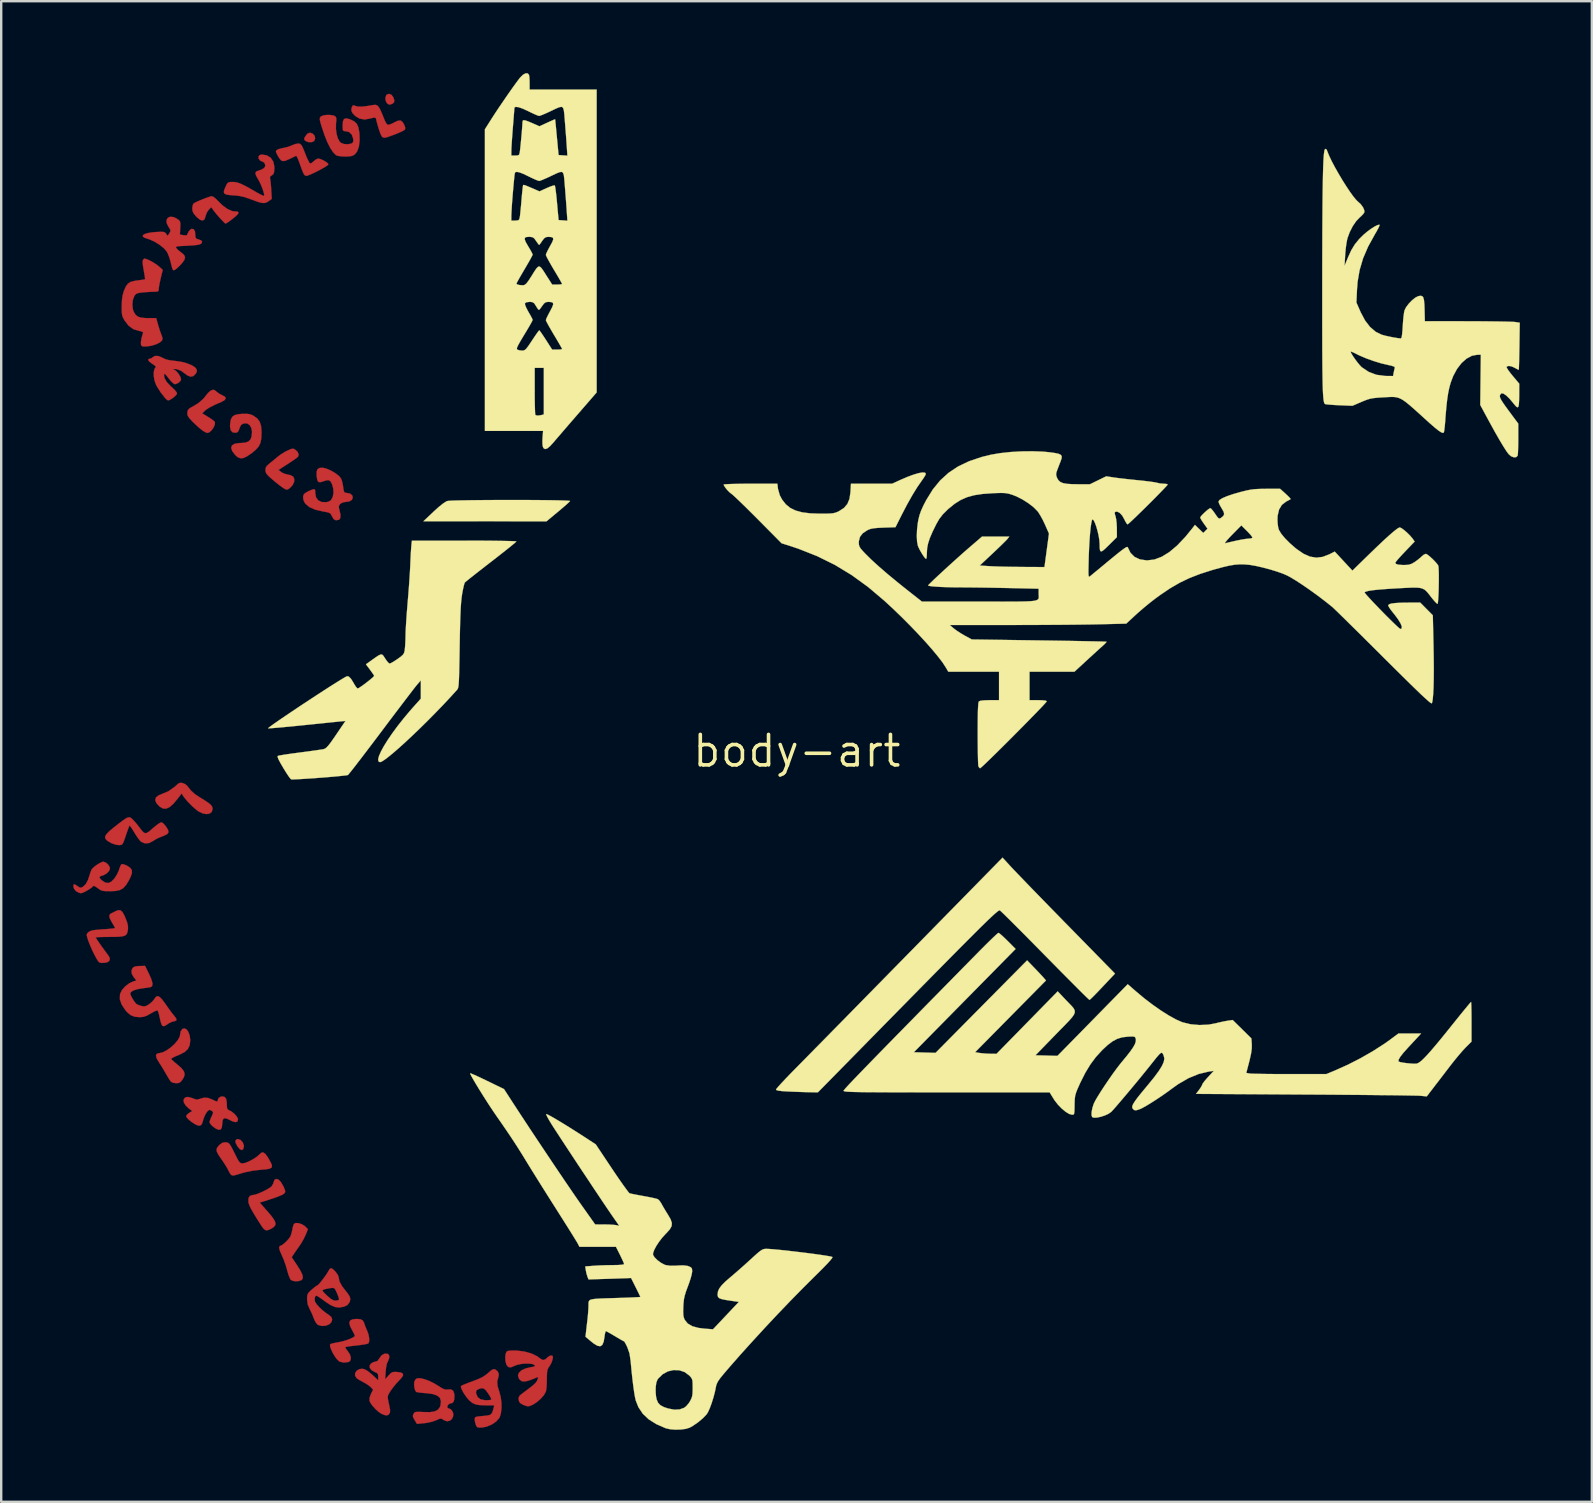
<source format=kicad_pcb>
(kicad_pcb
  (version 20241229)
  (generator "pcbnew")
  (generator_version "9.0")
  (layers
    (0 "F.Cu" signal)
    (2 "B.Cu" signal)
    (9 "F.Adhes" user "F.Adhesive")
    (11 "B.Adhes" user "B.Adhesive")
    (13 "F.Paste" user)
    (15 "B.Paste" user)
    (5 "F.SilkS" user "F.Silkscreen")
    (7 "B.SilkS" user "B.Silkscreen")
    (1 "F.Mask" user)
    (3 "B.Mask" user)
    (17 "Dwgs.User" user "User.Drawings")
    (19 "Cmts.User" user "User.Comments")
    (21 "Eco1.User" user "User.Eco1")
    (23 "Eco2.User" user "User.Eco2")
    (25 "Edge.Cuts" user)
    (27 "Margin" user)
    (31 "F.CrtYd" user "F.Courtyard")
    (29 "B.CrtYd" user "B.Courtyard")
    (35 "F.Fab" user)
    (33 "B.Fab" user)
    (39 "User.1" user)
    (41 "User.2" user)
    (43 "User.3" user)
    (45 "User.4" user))
  (footprint "body-art"
    (layer "F.Cu")
    (at 30.149 28.238)
    (property "Reference" "body-art" (at 0 0 0) (layer "F.SilkS") (effects (font (size 1.27 1.27) (thickness 0.15))))
    (attr through_hole)
    (fp_poly (pts (xy -23.176 16.209) (xy -23.087 16.304) (xy -23.04 16.429) (xy -23.038 16.488) (xy -23.07 16.596) (xy -23.131 16.628) (xy -23.213 16.585) (xy -23.307 16.471) (xy -23.38 16.331) (xy -23.389 16.231) (xy -23.335 16.178) (xy -23.286 16.171) (xy -23.176 16.209)) (stroke (width 0.01) (type solid)) (fill yes) (layer "F.Cu"))
    (fp_poly (pts (xy -20.169 -25.72) (xy -20.088 -25.627) (xy -20.068 -25.514) (xy -20.113 -25.412) (xy -20.117 -25.408) (xy -20.212 -25.365) (xy -20.339 -25.365) (xy -20.458 -25.409) (xy -20.47 -25.417) (xy -20.522 -25.467) (xy -20.521 -25.524) (xy -20.49 -25.59) (xy -20.394 -25.716) (xy -20.287 -25.759) (xy -20.169 -25.72)) (stroke (width 0.01) (type solid)) (fill yes) (layer "F.Cu"))
    (fp_poly (pts (xy -16.891 -27.34) (xy -16.814 -27.24) (xy -16.813 -27.239) (xy -16.769 -27.106) (xy -16.785 -27.019) (xy -16.846 -26.968) (xy -16.951 -26.928) (xy -17.031 -26.949) (xy -17.078 -26.991) (xy -17.131 -27.09) (xy -17.141 -27.213) (xy -17.107 -27.319) (xy -17.084 -27.346) (xy -16.989 -27.378) (xy -16.891 -27.34)) (stroke (width 0.01) (type solid)) (fill yes) (layer "F.Cu"))
    (fp_poly (pts (xy -25.612 1.332) (xy -25.597 1.335) (xy -25.482 1.382) (xy -25.4 1.452) (xy -25.251 1.641) (xy -25.092 1.788) (xy -24.89 1.924) (xy -24.879 1.931) (xy -24.664 2.062) (xy -24.514 2.163) (xy -24.418 2.244) (xy -24.364 2.315) (xy -24.343 2.383) (xy -24.342 2.414) (xy -24.374 2.534) (xy -24.463 2.607) (xy -24.593 2.63) (xy -24.749 2.602) (xy -24.918 2.523) (xy -25.005 2.462) (xy -25.2 2.292) (xy -25.385 2.102) (xy -25.534 1.922) (xy -25.569 1.87) (xy -25.633 1.773) (xy -25.796 1.987) (xy -25.977 2.202) (xy -26.135 2.34) (xy -26.278 2.404) (xy -26.412 2.396) (xy -26.543 2.321) (xy -26.548 2.316) (xy -26.68 2.176) (xy -26.731 2.048) (xy -26.703 1.938) (xy -26.594 1.851) (xy -26.512 1.818) (xy -26.18 1.677) (xy -25.917 1.491) (xy -25.878 1.455) (xy -25.778 1.365) (xy -25.7 1.328) (xy -25.612 1.332)) (stroke (width 0.01) (type solid)) (fill yes) (layer "F.Cu"))
    (fp_poly (pts (xy -24.247 -15.029) (xy -24.175 -14.968) (xy -24.057 -14.879) (xy -23.928 -14.814) (xy -23.928 -14.814) (xy -23.82 -14.754) (xy -23.794 -14.685) (xy -23.849 -14.611) (xy -23.971 -14.545) (xy -24.249 -14.424) (xy -24.47 -14.31) (xy -24.626 -14.209) (xy -24.678 -14.163) (xy -24.771 -14.064) (xy -24.517 -13.91) (xy -24.388 -13.826) (xy -24.29 -13.753) (xy -24.245 -13.705) (xy -24.245 -13.704) (xy -24.247 -13.603) (xy -24.299 -13.481) (xy -24.381 -13.363) (xy -24.476 -13.278) (xy -24.554 -13.25) (xy -24.629 -13.274) (xy -24.737 -13.335) (xy -24.79 -13.372) (xy -24.905 -13.467) (xy -25.047 -13.595) (xy -25.181 -13.726) (xy -25.298 -13.852) (xy -25.365 -13.943) (xy -25.392 -14.019) (xy -25.393 -14.102) (xy -25.37 -14.2) (xy -25.312 -14.269) (xy -25.205 -14.33) (xy -24.935 -14.491) (xy -24.716 -14.684) (xy -24.614 -14.814) (xy -24.523 -14.925) (xy -24.425 -15.009) (xy -24.397 -15.024) (xy -24.314 -15.051) (xy -24.247 -15.029)) (stroke (width 0.01) (type solid)) (fill yes) (layer "F.Cu"))
    (fp_poly (pts (xy -21.596 17.858) (xy -21.496 17.962) (xy -21.396 18.132) (xy -21.356 18.222) (xy -21.318 18.324) (xy -21.321 18.387) (xy -21.364 18.443) (xy -21.367 18.446) (xy -21.437 18.489) (xy -21.567 18.546) (xy -21.74 18.612) (xy -21.91 18.669) (xy -22.378 18.817) (xy -22.047 19.191) (xy -21.878 19.392) (xy -21.77 19.547) (xy -21.721 19.665) (xy -21.73 19.758) (xy -21.794 19.836) (xy -21.912 19.91) (xy -21.916 19.912) (xy -22.036 19.964) (xy -22.125 19.969) (xy -22.204 19.918) (xy -22.293 19.804) (xy -22.336 19.738) (xy -22.51 19.463) (xy -22.641 19.248) (xy -22.736 19.082) (xy -22.798 18.954) (xy -22.835 18.855) (xy -22.85 18.787) (xy -22.845 18.63) (xy -22.783 18.534) (xy -22.662 18.5) (xy -22.653 18.5) (xy -22.55 18.479) (xy -22.402 18.425) (xy -22.234 18.351) (xy -22.073 18.268) (xy -21.943 18.188) (xy -21.88 18.135) (xy -21.817 18.028) (xy -21.795 17.949) (xy -21.751 17.856) (xy -21.69 17.831) (xy -21.596 17.858)) (stroke (width 0.01) (type solid)) (fill yes) (layer "F.Cu"))
    (fp_poly (pts (xy -24.305 -23.084) (xy -24.209 -23.008) (xy -24.146 -22.945) (xy -23.93 -22.733) (xy -23.722 -22.581) (xy -23.532 -22.496) (xy -23.419 -22.479) (xy -23.311 -22.474) (xy -23.268 -22.451) (xy -23.27 -22.398) (xy -23.271 -22.395) (xy -23.31 -22.344) (xy -23.398 -22.263) (xy -23.512 -22.168) (xy -23.632 -22.077) (xy -23.736 -22.006) (xy -23.802 -21.972) (xy -23.809 -21.971) (xy -23.839 -21.999) (xy -23.911 -22.071) (xy -23.988 -22.151) (xy -24.109 -22.285) (xy -24.228 -22.426) (xy -24.279 -22.492) (xy -24.398 -22.654) (xy -24.503 -22.549) (xy -24.581 -22.434) (xy -24.632 -22.295) (xy -24.634 -22.281) (xy -24.677 -22.152) (xy -24.752 -22.1) (xy -24.856 -22.127) (xy -24.99 -22.232) (xy -25.022 -22.266) (xy -25.125 -22.387) (xy -25.175 -22.488) (xy -25.188 -22.603) (xy -25.175 -22.719) (xy -25.144 -22.799) (xy -25.135 -22.807) (xy -25.062 -22.851) (xy -24.935 -22.91) (xy -24.781 -22.975) (xy -24.623 -23.037) (xy -24.484 -23.086) (xy -24.391 -23.112) (xy -24.374 -23.114) (xy -24.305 -23.084)) (stroke (width 0.01) (type solid)) (fill yes) (layer "F.Cu"))
    (fp_poly (pts (xy -20.96 -12.587) (xy -20.897 -12.552) (xy -20.895 -12.55) (xy -20.795 -12.455) (xy -20.755 -12.351) (xy -20.783 -12.259) (xy -20.836 -12.214) (xy -20.944 -12.136) (xy -21.089 -12.038) (xy -21.212 -11.957) (xy -21.596 -11.71) (xy -21.498 -11.633) (xy -21.428 -11.586) (xy -21.346 -11.551) (xy -21.226 -11.518) (xy -21.094 -11.49) (xy -20.988 -11.435) (xy -20.939 -11.336) (xy -20.945 -11.211) (xy -21.006 -11.079) (xy -21.115 -10.963) (xy -21.194 -10.905) (xy -21.254 -10.887) (xy -21.324 -10.912) (xy -21.433 -10.981) (xy -21.447 -10.991) (xy -21.56 -11.074) (xy -21.706 -11.19) (xy -21.857 -11.317) (xy -21.876 -11.333) (xy -22.01 -11.455) (xy -22.091 -11.545) (xy -22.13 -11.62) (xy -22.14 -11.699) (xy -22.14 -11.705) (xy -22.127 -11.802) (xy -22.076 -11.884) (xy -21.969 -11.978) (xy -21.96 -11.985) (xy -21.818 -12.099) (xy -21.673 -12.22) (xy -21.624 -12.262) (xy -21.494 -12.359) (xy -21.331 -12.459) (xy -21.235 -12.509) (xy -21.103 -12.569) (xy -21.02 -12.594) (xy -20.96 -12.587)) (stroke (width 0.01) (type solid)) (fill yes) (layer "F.Cu"))
    (fp_poly (pts (xy -20.755 19.674) (xy -20.625 19.718) (xy -20.508 19.789) (xy -20.482 19.812) (xy -20.37 19.925) (xy -20.463 20.155) (xy -20.546 20.33) (xy -20.651 20.512) (xy -20.703 20.591) (xy -20.804 20.734) (xy -20.902 20.876) (xy -20.948 20.943) (xy -21.046 21.091) (xy -20.81 21.446) (xy -20.677 21.661) (xy -20.601 21.824) (xy -20.58 21.941) (xy -20.612 22.021) (xy -20.656 22.054) (xy -20.785 22.093) (xy -20.929 22.092) (xy -21.05 22.056) (xy -21.092 22.024) (xy -21.132 21.949) (xy -21.182 21.817) (xy -21.231 21.653) (xy -21.243 21.606) (xy -21.304 21.4) (xy -21.381 21.185) (xy -21.459 21.005) (xy -21.462 20.999) (xy -21.542 20.816) (xy -21.57 20.69) (xy -21.545 20.625) (xy -21.511 20.616) (xy -21.449 20.587) (xy -21.355 20.513) (xy -21.251 20.416) (xy -21.16 20.315) (xy -21.104 20.235) (xy -21.063 20.126) (xy -21.027 19.983) (xy -21.019 19.939) (xy -20.991 19.812) (xy -20.959 19.719) (xy -20.948 19.699) (xy -20.872 19.666) (xy -20.755 19.674)) (stroke (width 0.01) (type solid)) (fill yes) (layer "F.Cu"))
    (fp_poly (pts (xy -25.432 11.596) (xy -25.353 11.701) (xy -25.297 11.854) (xy -25.273 12.036) (xy -25.273 12.057) (xy -25.296 12.258) (xy -25.371 12.416) (xy -25.508 12.544) (xy -25.718 12.653) (xy -25.786 12.681) (xy -25.926 12.739) (xy -26.026 12.791) (xy -26.069 12.826) (xy -26.069 12.83) (xy -26.032 12.872) (xy -25.946 12.951) (xy -25.827 13.051) (xy -25.805 13.069) (xy -25.636 13.219) (xy -25.538 13.345) (xy -25.505 13.461) (xy -25.533 13.581) (xy -25.587 13.676) (xy -25.665 13.78) (xy -25.739 13.829) (xy -25.84 13.843) (xy -25.86 13.843) (xy -26.006 13.82) (xy -26.085 13.769) (xy -26.138 13.694) (xy -26.213 13.572) (xy -26.287 13.443) (xy -26.388 13.27) (xy -26.5 13.088) (xy -26.571 12.98) (xy -26.671 12.81) (xy -26.702 12.69) (xy -26.665 12.616) (xy -26.561 12.59) (xy -26.413 12.555) (xy -26.245 12.467) (xy -26.073 12.343) (xy -25.916 12.198) (xy -25.79 12.047) (xy -25.712 11.904) (xy -25.696 11.823) (xy -25.672 11.684) (xy -25.607 11.588) (xy -25.525 11.557) (xy -25.432 11.596)) (stroke (width 0.01) (type solid)) (fill yes) (layer "F.Cu"))
    (fp_poly (pts (xy -22.8 -14.033) (xy -22.696 -13.996) (xy -22.63 -13.961) (xy -22.478 -13.851) (xy -22.378 -13.717) (xy -22.323 -13.542) (xy -22.303 -13.308) (xy -22.303 -13.258) (xy -22.313 -13.013) (xy -22.351 -12.827) (xy -22.429 -12.676) (xy -22.558 -12.535) (xy -22.714 -12.408) (xy -22.908 -12.275) (xy -23.061 -12.204) (xy -23.188 -12.195) (xy -23.303 -12.245) (xy -23.397 -12.33) (xy -23.522 -12.491) (xy -23.567 -12.625) (xy -23.535 -12.729) (xy -23.427 -12.797) (xy -23.245 -12.827) (xy -23.203 -12.828) (xy -22.993 -12.843) (xy -22.85 -12.892) (xy -22.761 -12.982) (xy -22.719 -13.093) (xy -22.698 -13.29) (xy -22.727 -13.457) (xy -22.8 -13.581) (xy -22.907 -13.649) (xy -23.041 -13.648) (xy -23.059 -13.643) (xy -23.152 -13.586) (xy -23.211 -13.476) (xy -23.223 -13.437) (xy -23.267 -13.323) (xy -23.327 -13.27) (xy -23.377 -13.259) (xy -23.505 -13.274) (xy -23.585 -13.359) (xy -23.615 -13.512) (xy -23.612 -13.62) (xy -23.583 -13.801) (xy -23.522 -13.922) (xy -23.415 -13.996) (xy -23.248 -14.034) (xy -23.103 -14.045) (xy -22.925 -14.047) (xy -22.8 -14.033)) (stroke (width 0.01) (type solid)) (fill yes) (layer "F.Cu"))
    (fp_poly (pts (xy -23.786 16.306) (xy -23.722 16.316) (xy -23.67 16.342) (xy -23.62 16.397) (xy -23.561 16.495) (xy -23.482 16.648) (xy -23.431 16.75) (xy -23.338 16.937) (xy -23.271 17.06) (xy -23.218 17.134) (xy -23.171 17.17) (xy -23.118 17.183) (xy -23.087 17.184) (xy -22.977 17.162) (xy -22.826 17.1) (xy -22.663 17.014) (xy -22.512 16.916) (xy -22.401 16.822) (xy -22.388 16.806) (xy -22.305 16.734) (xy -22.225 16.728) (xy -22.139 16.793) (xy -22.039 16.932) (xy -21.996 17.005) (xy -21.908 17.166) (xy -21.867 17.279) (xy -21.88 17.354) (xy -21.955 17.4) (xy -22.098 17.428) (xy -22.319 17.447) (xy -22.335 17.448) (xy -22.667 17.487) (xy -22.99 17.552) (xy -23.111 17.586) (xy -23.29 17.641) (xy -23.406 17.674) (xy -23.476 17.688) (xy -23.518 17.687) (xy -23.549 17.673) (xy -23.567 17.661) (xy -23.616 17.603) (xy -23.672 17.501) (xy -23.683 17.476) (xy -23.737 17.372) (xy -23.826 17.226) (xy -23.934 17.063) (xy -23.977 17.002) (xy -24.096 16.828) (xy -24.162 16.701) (xy -24.178 16.603) (xy -24.146 16.517) (xy -24.067 16.425) (xy -24.047 16.405) (xy -23.934 16.324) (xy -23.814 16.304) (xy -23.786 16.306)) (stroke (width 0.01) (type solid)) (fill yes) (layer "F.Cu"))
    (fp_poly (pts (xy -18.181 23.677) (xy -18.089 23.724) (xy -18.032 23.821) (xy -18.014 23.876) (xy -17.977 23.981) (xy -17.921 24.115) (xy -17.902 24.156) (xy -17.847 24.309) (xy -17.818 24.466) (xy -17.818 24.599) (xy -17.849 24.681) (xy -17.849 24.681) (xy -17.906 24.702) (xy -18.027 24.727) (xy -18.194 24.751) (xy -18.329 24.767) (xy -18.515 24.788) (xy -18.67 24.808) (xy -18.773 24.825) (xy -18.805 24.834) (xy -18.802 24.876) (xy -18.752 24.955) (xy -18.713 25.003) (xy -18.622 25.139) (xy -18.581 25.272) (xy -18.593 25.382) (xy -18.658 25.45) (xy -18.68 25.458) (xy -18.88 25.482) (xy -19.044 25.443) (xy -19.079 25.421) (xy -19.165 25.338) (xy -19.255 25.215) (xy -19.339 25.072) (xy -19.406 24.929) (xy -19.445 24.808) (xy -19.448 24.728) (xy -19.44 24.715) (xy -19.386 24.694) (xy -19.272 24.667) (xy -19.123 24.639) (xy -19.119 24.639) (xy -18.945 24.602) (xy -18.769 24.551) (xy -18.611 24.492) (xy -18.489 24.434) (xy -18.422 24.383) (xy -18.416 24.367) (xy -18.435 24.31) (xy -18.485 24.21) (xy -18.515 24.155) (xy -18.612 23.964) (xy -18.645 23.825) (xy -18.612 23.732) (xy -18.512 23.681) (xy -18.341 23.664) (xy -18.332 23.664) (xy -18.181 23.677)) (stroke (width 0.01) (type solid)) (fill yes) (layer "F.Cu"))
    (fp_poly (pts (xy -17.493 -26.901) (xy -17.442 -26.858) (xy -17.442 -26.858) (xy -17.39 -26.78) (xy -17.324 -26.648) (xy -17.255 -26.485) (xy -17.237 -26.437) (xy -17.161 -26.251) (xy -17.094 -26.131) (xy -17.043 -26.085) (xy -16.968 -26.097) (xy -16.855 -26.144) (xy -16.783 -26.182) (xy -16.624 -26.257) (xy -16.512 -26.268) (xy -16.505 -26.266) (xy -16.431 -26.208) (xy -16.364 -26.104) (xy -16.321 -25.989) (xy -16.32 -25.9) (xy -16.367 -25.861) (xy -16.475 -25.803) (xy -16.623 -25.738) (xy -16.69 -25.711) (xy -16.887 -25.637) (xy -17.021 -25.588) (xy -17.11 -25.561) (xy -17.168 -25.551) (xy -17.213 -25.554) (xy -17.24 -25.559) (xy -17.292 -25.604) (xy -17.351 -25.722) (xy -17.418 -25.918) (xy -17.42 -25.924) (xy -17.468 -26.088) (xy -17.505 -26.223) (xy -17.524 -26.307) (xy -17.526 -26.32) (xy -17.548 -26.378) (xy -17.62 -26.39) (xy -17.752 -26.357) (xy -17.774 -26.35) (xy -18.004 -26.309) (xy -18.217 -26.346) (xy -18.398 -26.455) (xy -18.514 -26.577) (xy -18.561 -26.684) (xy -18.549 -26.797) (xy -18.541 -26.82) (xy -18.501 -26.893) (xy -18.449 -26.898) (xy -18.418 -26.883) (xy -18.302 -26.848) (xy -18.135 -26.844) (xy -17.905 -26.87) (xy -17.794 -26.889) (xy -17.644 -26.914) (xy -17.552 -26.919) (xy -17.493 -26.901)) (stroke (width 0.01) (type solid)) (fill yes) (layer "F.Cu"))
    (fp_poly (pts (xy -20.752 -25.307) (xy -20.697 -25.293) (xy -20.651 -25.255) (xy -20.604 -25.178) (xy -20.546 -25.048) (xy -20.485 -24.894) (xy -20.416 -24.724) (xy -20.352 -24.586) (xy -20.303 -24.499) (xy -20.282 -24.477) (xy -20.222 -24.494) (xy -20.142 -24.558) (xy -20.13 -24.57) (xy -20.036 -24.645) (xy -19.946 -24.68) (xy -19.939 -24.68) (xy -19.847 -24.66) (xy -19.733 -24.61) (xy -19.621 -24.546) (xy -19.54 -24.482) (xy -19.516 -24.441) (xy -19.552 -24.402) (xy -19.646 -24.339) (xy -19.782 -24.26) (xy -19.941 -24.174) (xy -20.105 -24.092) (xy -20.255 -24.023) (xy -20.374 -23.976) (xy -20.44 -23.961) (xy -20.498 -23.981) (xy -20.551 -24.054) (xy -20.61 -24.193) (xy -20.614 -24.204) (xy -20.676 -24.374) (xy -20.738 -24.545) (xy -20.77 -24.63) (xy -20.815 -24.734) (xy -20.852 -24.792) (xy -20.864 -24.797) (xy -20.914 -24.772) (xy -21.017 -24.722) (xy -21.142 -24.662) (xy -21.302 -24.592) (xy -21.413 -24.575) (xy -21.497 -24.615) (xy -21.578 -24.721) (xy -21.628 -24.807) (xy -21.687 -24.918) (xy -21.704 -24.981) (xy -21.685 -25.021) (xy -21.658 -25.042) (xy -21.574 -25.08) (xy -21.445 -25.114) (xy -21.388 -25.124) (xy -21.224 -25.162) (xy -21.062 -25.22) (xy -21.027 -25.237) (xy -20.897 -25.287) (xy -20.777 -25.308) (xy -20.752 -25.307)) (stroke (width 0.01) (type solid)) (fill yes) (layer "F.Cu"))
    (fp_poly (pts (xy -19.315 -26.478) (xy -19.256 -26.455) (xy -19.21 -26.422) (xy -19.189 -26.369) (xy -19.187 -26.275) (xy -19.2 -26.143) (xy -19.204 -25.92) (xy -19.176 -25.704) (xy -19.12 -25.516) (xy -19.042 -25.38) (xy -18.998 -25.338) (xy -18.866 -25.287) (xy -18.705 -25.276) (xy -18.56 -25.307) (xy -18.542 -25.315) (xy -18.49 -25.363) (xy -18.478 -25.447) (xy -18.486 -25.516) (xy -18.543 -25.681) (xy -18.652 -25.786) (xy -18.801 -25.823) (xy -18.871 -25.828) (xy -18.908 -25.855) (xy -18.921 -25.927) (xy -18.923 -26.051) (xy -18.911 -26.225) (xy -18.87 -26.324) (xy -18.789 -26.357) (xy -18.658 -26.331) (xy -18.605 -26.312) (xy -18.445 -26.234) (xy -18.337 -26.133) (xy -18.27 -25.99) (xy -18.231 -25.787) (xy -18.223 -25.718) (xy -18.215 -25.424) (xy -18.248 -25.174) (xy -18.319 -24.978) (xy -18.41 -24.862) (xy -18.488 -24.809) (xy -18.585 -24.78) (xy -18.726 -24.768) (xy -18.818 -24.767) (xy -19.034 -24.777) (xy -19.175 -24.811) (xy -19.205 -24.827) (xy -19.32 -24.944) (xy -19.443 -25.13) (xy -19.564 -25.372) (xy -19.678 -25.658) (xy -19.7 -25.723) (xy -19.78 -25.961) (xy -19.834 -26.133) (xy -19.865 -26.252) (xy -19.876 -26.33) (xy -19.869 -26.38) (xy -19.846 -26.418) (xy -19.83 -26.434) (xy -19.743 -26.476) (xy -19.607 -26.498) (xy -19.453 -26.499) (xy -19.315 -26.478)) (stroke (width 0.01) (type solid)) (fill yes) (layer "F.Cu"))
    (fp_poly (pts (xy -27.789 2.768) (xy -27.772 2.772) (xy -27.71 2.817) (xy -27.614 2.913) (xy -27.5 3.046) (xy -27.429 3.136) (xy -27.31 3.292) (xy -27.223 3.388) (xy -27.149 3.427) (xy -27.068 3.409) (xy -26.963 3.335) (xy -26.815 3.206) (xy -26.781 3.177) (xy -26.655 3.075) (xy -26.546 3.002) (xy -26.474 2.972) (xy -26.466 2.972) (xy -26.404 3.012) (xy -26.321 3.101) (xy -26.271 3.166) (xy -26.194 3.296) (xy -26.18 3.391) (xy -26.235 3.464) (xy -26.365 3.53) (xy -26.449 3.561) (xy -26.607 3.626) (xy -26.756 3.706) (xy -26.811 3.744) (xy -26.983 3.835) (xy -27.152 3.851) (xy -27.304 3.792) (xy -27.363 3.74) (xy -27.438 3.646) (xy -27.533 3.508) (xy -27.625 3.358) (xy -27.704 3.231) (xy -27.767 3.143) (xy -27.802 3.109) (xy -27.805 3.11) (xy -27.826 3.157) (xy -27.868 3.266) (xy -27.922 3.419) (xy -27.957 3.524) (xy -28.018 3.703) (xy -28.063 3.818) (xy -28.102 3.882) (xy -28.146 3.911) (xy -28.205 3.92) (xy -28.236 3.922) (xy -28.366 3.905) (xy -28.516 3.858) (xy -28.568 3.834) (xy -28.718 3.747) (xy -28.803 3.665) (xy -28.823 3.579) (xy -28.775 3.48) (xy -28.659 3.356) (xy -28.472 3.199) (xy -28.455 3.185) (xy -28.245 3.021) (xy -28.089 2.903) (xy -27.977 2.825) (xy -27.897 2.781) (xy -27.838 2.764) (xy -27.789 2.768)) (stroke (width 0.01) (type solid)) (fill yes) (layer "F.Cu"))
    (fp_poly (pts (xy -28.174 6.641) (xy -28.096 6.713) (xy -28.017 6.854) (xy -27.964 6.979) (xy -27.899 7.153) (xy -27.869 7.284) (xy -27.866 7.403) (xy -27.874 7.471) (xy -27.895 7.57) (xy -27.93 7.643) (xy -27.992 7.692) (xy -28.094 7.723) (xy -28.247 7.74) (xy -28.464 7.746) (xy -28.662 7.747) (xy -28.867 7.749) (xy -29.036 7.753) (xy -29.155 7.76) (xy -29.209 7.769) (xy -29.21 7.77) (xy -29.187 7.815) (xy -29.124 7.912) (xy -29.033 8.044) (xy -28.926 8.195) (xy -28.814 8.348) (xy -28.744 8.441) (xy -28.657 8.564) (xy -28.623 8.649) (xy -28.634 8.719) (xy -28.653 8.754) (xy -28.722 8.799) (xy -28.839 8.826) (xy -28.967 8.831) (xy -29.06 8.811) (xy -29.109 8.76) (xy -29.18 8.647) (xy -29.264 8.49) (xy -29.354 8.306) (xy -29.439 8.112) (xy -29.513 7.927) (xy -29.561 7.781) (xy -29.586 7.674) (xy -29.571 7.608) (xy -29.508 7.545) (xy -29.505 7.543) (xy -29.442 7.505) (xy -29.353 7.477) (xy -29.22 7.456) (xy -29.027 7.439) (xy -28.905 7.431) (xy -28.71 7.417) (xy -28.552 7.403) (xy -28.445 7.389) (xy -28.406 7.378) (xy -28.426 7.332) (xy -28.479 7.237) (xy -28.535 7.144) (xy -28.621 6.983) (xy -28.646 6.871) (xy -28.613 6.798) (xy -28.575 6.773) (xy -28.495 6.734) (xy -28.386 6.677) (xy -28.375 6.672) (xy -28.264 6.63) (xy -28.174 6.641)) (stroke (width 0.01) (type solid)) (fill yes) (layer "F.Cu"))
    (fp_poly (pts (xy -22.079 -24.814) (xy -21.918 -24.713) (xy -21.812 -24.553) (xy -21.767 -24.341) (xy -21.768 -24.244) (xy -21.782 -24.107) (xy -21.812 -24.03) (xy -21.868 -23.986) (xy -21.878 -23.982) (xy -21.948 -23.929) (xy -21.948 -23.855) (xy -21.933 -23.776) (xy -21.918 -23.637) (xy -21.903 -23.463) (xy -21.899 -23.385) (xy -21.877 -23) (xy -22.005 -22.909) (xy -22.094 -22.854) (xy -22.185 -22.829) (xy -22.293 -22.835) (xy -22.436 -22.872) (xy -22.633 -22.943) (xy -22.712 -22.974) (xy -23.008 -23.076) (xy -23.269 -23.131) (xy -23.389 -23.143) (xy -23.614 -23.159) (xy -23.764 -23.182) (xy -23.848 -23.22) (xy -23.875 -23.282) (xy -23.855 -23.377) (xy -23.798 -23.514) (xy -23.792 -23.527) (xy -23.739 -23.634) (xy -23.686 -23.687) (xy -23.603 -23.705) (xy -23.503 -23.707) (xy -23.398 -23.7) (xy -23.291 -23.677) (xy -23.167 -23.632) (xy -23.013 -23.559) (xy -22.816 -23.452) (xy -22.563 -23.306) (xy -22.53 -23.286) (xy -22.387 -23.206) (xy -22.273 -23.15) (xy -22.206 -23.127) (xy -22.197 -23.128) (xy -22.193 -23.184) (xy -22.219 -23.294) (xy -22.266 -23.437) (xy -22.328 -23.591) (xy -22.397 -23.736) (xy -22.443 -23.816) (xy -22.53 -23.97) (xy -22.559 -24.073) (xy -22.532 -24.135) (xy -22.49 -24.156) (xy -22.309 -24.22) (xy -22.2 -24.283) (xy -22.152 -24.354) (xy -22.148 -24.415) (xy -22.189 -24.514) (xy -22.263 -24.553) (xy -22.369 -24.604) (xy -22.424 -24.682) (xy -22.428 -24.765) (xy -22.378 -24.828) (xy -22.288 -24.85) (xy -22.079 -24.814)) (stroke (width 0.01) (type solid)) (fill yes) (layer "F.Cu"))
    (fp_poly (pts (xy -15.503 26.178) (xy -15.299 26.255) (xy -15.088 26.361) (xy -14.947 26.448) (xy -14.792 26.546) (xy -14.681 26.597) (xy -14.596 26.61) (xy -14.557 26.605) (xy -14.411 26.599) (xy -14.317 26.658) (xy -14.272 26.786) (xy -14.267 26.873) (xy -14.276 27.03) (xy -14.307 27.123) (xy -14.371 27.17) (xy -14.436 27.184) (xy -14.508 27.219) (xy -14.554 27.283) (xy -14.564 27.348) (xy -14.529 27.387) (xy -14.509 27.39) (xy -14.436 27.419) (xy -14.379 27.467) (xy -14.318 27.583) (xy -14.317 27.709) (xy -14.365 27.823) (xy -14.452 27.902) (xy -14.567 27.925) (xy -14.598 27.92) (xy -14.704 27.88) (xy -14.765 27.839) (xy -14.814 27.814) (xy -14.889 27.825) (xy -15.011 27.878) (xy -15.019 27.882) (xy -15.192 27.944) (xy -15.405 27.992) (xy -15.523 28.007) (xy -15.828 28.035) (xy -15.915 27.892) (xy -15.977 27.782) (xy -15.998 27.71) (xy -15.981 27.643) (xy -15.96 27.601) (xy -15.931 27.563) (xy -15.882 27.542) (xy -15.794 27.534) (xy -15.65 27.538) (xy -15.547 27.544) (xy -15.283 27.546) (xy -15.088 27.515) (xy -14.955 27.448) (xy -14.873 27.341) (xy -14.847 27.267) (xy -14.827 27.091) (xy -14.869 26.957) (xy -14.978 26.859) (xy -15.159 26.794) (xy -15.415 26.758) (xy -15.451 26.756) (xy -15.621 26.742) (xy -15.761 26.725) (xy -15.847 26.708) (xy -15.86 26.702) (xy -15.904 26.633) (xy -15.936 26.514) (xy -15.947 26.378) (xy -15.935 26.27) (xy -15.874 26.17) (xy -15.808 26.136) (xy -15.68 26.135) (xy -15.503 26.178)) (stroke (width 0.01) (type solid)) (fill yes) (layer "F.Cu"))
    (fp_poly (pts (xy -26.605 -16.455) (xy -26.448 -16.393) (xy -26.416 -16.374) (xy -26.291 -16.316) (xy -26.121 -16.276) (xy -25.908 -16.252) (xy -25.659 -16.217) (xy -25.427 -16.157) (xy -25.23 -16.08) (xy -25.085 -15.992) (xy -25.018 -15.916) (xy -24.994 -15.828) (xy -25.03 -15.736) (xy -25.038 -15.725) (xy -25.143 -15.618) (xy -25.265 -15.594) (xy -25.404 -15.654) (xy -25.468 -15.704) (xy -25.663 -15.845) (xy -25.842 -15.91) (xy -25.921 -15.915) (xy -26.014 -15.912) (xy -25.924 -15.876) (xy -25.84 -15.812) (xy -25.752 -15.702) (xy -25.682 -15.58) (xy -25.654 -15.481) (xy -25.69 -15.404) (xy -25.775 -15.332) (xy -25.878 -15.287) (xy -25.916 -15.282) (xy -25.977 -15.314) (xy -26.067 -15.398) (xy -26.166 -15.516) (xy -26.171 -15.523) (xy -26.266 -15.644) (xy -26.324 -15.704) (xy -26.354 -15.708) (xy -26.366 -15.674) (xy -26.345 -15.532) (xy -26.25 -15.37) (xy -26.083 -15.193) (xy -26.035 -15.152) (xy -25.926 -15.048) (xy -25.849 -14.954) (xy -25.823 -14.895) (xy -25.856 -14.835) (xy -25.938 -14.755) (xy -26.041 -14.677) (xy -26.14 -14.62) (xy -26.196 -14.605) (xy -26.247 -14.634) (xy -26.316 -14.7) (xy -26.502 -14.937) (xy -26.656 -15.179) (xy -26.713 -15.293) (xy -26.765 -15.449) (xy -26.792 -15.621) (xy -26.793 -15.782) (xy -26.768 -15.907) (xy -26.733 -15.96) (xy -26.706 -15.997) (xy -26.727 -16.038) (xy -26.807 -16.099) (xy -26.863 -16.135) (xy -26.976 -16.221) (xy -27.025 -16.289) (xy -27.005 -16.331) (xy -26.948 -16.341) (xy -26.876 -16.37) (xy -26.839 -16.404) (xy -26.742 -16.459) (xy -26.605 -16.455)) (stroke (width 0.01) (type solid)) (fill yes) (layer "F.Cu"))
    (fp_poly (pts (xy -28.789 4.65) (xy -28.69 4.736) (xy -28.627 4.843) (xy -28.617 4.895) (xy -28.654 4.998) (xy -28.749 5.098) (xy -28.875 5.172) (xy -28.925 5.187) (xy -29.03 5.225) (xy -29.057 5.274) (xy -29.006 5.345) (xy -28.953 5.394) (xy -28.807 5.487) (xy -28.676 5.501) (xy -28.549 5.436) (xy -28.427 5.305) (xy -28.332 5.158) (xy -28.256 5) (xy -28.229 4.92) (xy -28.189 4.803) (xy -28.144 4.726) (xy -28.126 4.713) (xy -28.058 4.719) (xy -27.95 4.76) (xy -27.889 4.791) (xy -27.767 4.874) (xy -27.706 4.967) (xy -27.702 5.084) (xy -27.755 5.241) (xy -27.824 5.382) (xy -27.944 5.582) (xy -28.065 5.716) (xy -28.21 5.796) (xy -28.398 5.834) (xy -28.607 5.842) (xy -28.786 5.84) (xy -28.907 5.829) (xy -28.993 5.803) (xy -29.071 5.756) (xy -29.127 5.714) (xy -29.224 5.647) (xy -29.294 5.62) (xy -29.313 5.625) (xy -29.376 5.688) (xy -29.487 5.766) (xy -29.618 5.842) (xy -29.739 5.902) (xy -29.823 5.927) (xy -29.825 5.927) (xy -29.923 5.901) (xy -30.029 5.839) (xy -30.03 5.839) (xy -30.114 5.74) (xy -30.141 5.648) (xy -30.135 5.572) (xy -30.104 5.553) (xy -30.033 5.588) (xy -29.966 5.634) (xy -29.878 5.69) (xy -29.816 5.697) (xy -29.742 5.657) (xy -29.739 5.655) (xy -29.625 5.546) (xy -29.533 5.375) (xy -29.464 5.165) (xy -29.423 5.036) (xy -29.38 4.937) (xy -29.365 4.914) (xy -29.272 4.825) (xy -29.149 4.734) (xy -29.021 4.659) (xy -28.918 4.617) (xy -28.894 4.614) (xy -28.789 4.65)) (stroke (width 0.01) (type solid)) (fill yes) (layer "F.Cu"))
    (fp_poly (pts (xy -19.726 -11.795) (xy -19.715 -11.793) (xy -19.56 -11.749) (xy -19.384 -11.668) (xy -19.214 -11.564) (xy -19.074 -11.454) (xy -18.99 -11.353) (xy -18.99 -11.352) (xy -18.952 -11.246) (xy -18.917 -11.097) (xy -18.901 -10.996) (xy -18.881 -10.859) (xy -18.856 -10.785) (xy -18.816 -10.757) (xy -18.767 -10.753) (xy -18.619 -10.726) (xy -18.526 -10.651) (xy -18.5 -10.56) (xy -18.538 -10.462) (xy -18.646 -10.398) (xy -18.815 -10.372) (xy -18.835 -10.372) (xy -18.951 -10.342) (xy -19.029 -10.287) (xy -19.076 -10.219) (xy -19.082 -10.143) (xy -19.057 -10.039) (xy -19.014 -9.847) (xy -19.018 -9.711) (xy -19.066 -9.639) (xy -19.075 -9.635) (xy -19.2 -9.61) (xy -19.291 -9.654) (xy -19.363 -9.77) (xy -19.404 -9.852) (xy -19.45 -9.904) (xy -19.523 -9.937) (xy -19.645 -9.963) (xy -19.749 -9.98) (xy -20.066 -10.054) (xy -20.311 -10.163) (xy -20.479 -10.305) (xy -20.485 -10.313) (xy -20.553 -10.443) (xy -20.573 -10.583) (xy -20.542 -10.694) (xy -20.477 -10.749) (xy -20.362 -10.815) (xy -20.227 -10.875) (xy -20.161 -10.898) (xy -20.1 -10.909) (xy -20.073 -10.879) (xy -20.066 -10.787) (xy -20.066 -10.758) (xy -20.034 -10.571) (xy -19.941 -10.441) (xy -19.795 -10.371) (xy -19.602 -10.367) (xy -19.512 -10.385) (xy -19.408 -10.451) (xy -19.338 -10.577) (xy -19.305 -10.743) (xy -19.313 -10.929) (xy -19.363 -11.109) (xy -19.425 -11.229) (xy -19.497 -11.282) (xy -19.6 -11.277) (xy -19.713 -11.239) (xy -19.845 -11.198) (xy -19.927 -11.205) (xy -19.974 -11.272) (xy -20 -11.409) (xy -20.005 -11.454) (xy -20.008 -11.634) (xy -19.967 -11.745) (xy -19.875 -11.796) (xy -19.726 -11.795)) (stroke (width 0.01) (type solid)) (fill yes) (layer "F.Cu"))
    (fp_poly (pts (xy -17.039 25.119) (xy -16.987 25.179) (xy -16.981 25.281) (xy -17.02 25.398) (xy -17.043 25.434) (xy -17.083 25.535) (xy -17.115 25.699) (xy -17.131 25.856) (xy -17.152 26.183) (xy -17.011 26.022) (xy -16.92 25.925) (xy -16.843 25.88) (xy -16.744 25.87) (xy -16.663 25.873) (xy -16.498 25.897) (xy -16.414 25.944) (xy -16.407 26.019) (xy -16.477 26.127) (xy -16.561 26.216) (xy -16.697 26.362) (xy -16.836 26.534) (xy -16.911 26.638) (xy -16.993 26.766) (xy -17.035 26.856) (xy -17.045 26.938) (xy -17.029 27.045) (xy -17.018 27.099) (xy -16.986 27.252) (xy -16.958 27.389) (xy -16.947 27.443) (xy -16.952 27.567) (xy -17.01 27.655) (xy -17.097 27.685) (xy -17.181 27.666) (xy -17.292 27.622) (xy -17.303 27.617) (xy -17.427 27.534) (xy -17.561 27.413) (xy -17.684 27.276) (xy -17.773 27.147) (xy -17.804 27.075) (xy -17.799 26.938) (xy -17.743 26.788) (xy -17.655 26.61) (xy -17.749 26.509) (xy -17.842 26.431) (xy -17.975 26.345) (xy -18.055 26.301) (xy -18.188 26.229) (xy -18.298 26.161) (xy -18.341 26.129) (xy -18.406 26.028) (xy -18.402 25.92) (xy -18.339 25.823) (xy -18.228 25.757) (xy -18.115 25.739) (xy -18.014 25.759) (xy -17.893 25.825) (xy -17.74 25.945) (xy -17.6 26.072) (xy -17.441 26.222) (xy -17.441 26.073) (xy -17.451 25.971) (xy -17.498 25.912) (xy -17.592 25.871) (xy -17.722 25.796) (xy -17.792 25.7) (xy -17.795 25.598) (xy -17.736 25.517) (xy -17.633 25.46) (xy -17.55 25.442) (xy -17.463 25.408) (xy -17.388 25.297) (xy -17.387 25.295) (xy -17.293 25.173) (xy -17.17 25.11) (xy -17.039 25.119)) (stroke (width 0.01) (type solid)) (fill yes) (layer "F.Cu"))
    (fp_poly (pts (xy -12.551 25.774) (xy -12.455 25.859) (xy -12.415 25.982) (xy -12.442 26.111) (xy -12.442 26.113) (xy -12.484 26.268) (xy -12.467 26.468) (xy -12.396 26.7) (xy -12.338 26.913) (xy -12.307 27.153) (xy -12.305 27.392) (xy -12.331 27.606) (xy -12.384 27.768) (xy -12.391 27.78) (xy -12.521 27.932) (xy -12.707 28.061) (xy -12.923 28.151) (xy -13.095 28.185) (xy -13.227 28.192) (xy -13.301 28.18) (xy -13.344 28.139) (xy -13.368 28.091) (xy -13.408 27.96) (xy -13.42 27.858) (xy -13.417 27.798) (xy -13.396 27.76) (xy -13.341 27.737) (xy -13.234 27.722) (xy -13.078 27.707) (xy -12.901 27.689) (xy -12.788 27.663) (xy -12.72 27.613) (xy -12.676 27.525) (xy -12.636 27.383) (xy -12.632 27.367) (xy -12.606 27.263) (xy -12.973 27.263) (xy -13.205 27.255) (xy -13.378 27.226) (xy -13.513 27.167) (xy -13.634 27.069) (xy -13.709 26.988) (xy -13.807 26.863) (xy -13.895 26.725) (xy -13.901 26.715) (xy -13.368 26.715) (xy -13.36 26.774) (xy -13.296 26.923) (xy -13.172 27.015) (xy -12.987 27.05) (xy -12.956 27.051) (xy -12.833 27.046) (xy -12.749 27.033) (xy -12.731 27.025) (xy -12.739 26.98) (xy -12.786 26.886) (xy -12.857 26.771) (xy -12.96 26.632) (xy -13.049 26.561) (xy -13.144 26.55) (xy -13.265 26.59) (xy -13.273 26.594) (xy -13.35 26.643) (xy -13.368 26.715) (xy -13.901 26.715) (xy -13.962 26.597) (xy -13.995 26.5) (xy -13.993 26.462) (xy -13.946 26.434) (xy -13.837 26.385) (xy -13.681 26.324) (xy -13.523 26.266) (xy -13.288 26.176) (xy -13.112 26.094) (xy -12.972 26.005) (xy -12.864 25.917) (xy -12.747 25.816) (xy -12.669 25.765) (xy -12.609 25.755) (xy -12.551 25.774)) (stroke (width 0.01) (type solid)) (fill yes) (layer "F.Cu"))
    (fp_poly (pts (xy -25.961 -22.242) (xy -25.822 -22.172) (xy -25.744 -22.115) (xy -25.701 -22.063) (xy -25.685 -21.987) (xy -25.686 -21.864) (xy -25.69 -21.795) (xy -25.704 -21.517) (xy -25.563 -21.489) (xy -25.465 -21.479) (xy -25.412 -21.491) (xy -25.41 -21.494) (xy -25.342 -21.636) (xy -25.262 -21.729) (xy -25.214 -21.753) (xy -25.127 -21.737) (xy -25.077 -21.648) (xy -25.062 -21.498) (xy -25.053 -21.392) (xy -25.013 -21.34) (xy -24.935 -21.315) (xy -24.815 -21.271) (xy -24.777 -21.21) (xy -24.818 -21.138) (xy -24.877 -21.107) (xy -24.989 -21.083) (xy -25.166 -21.064) (xy -25.393 -21.051) (xy -25.607 -21.04) (xy -25.749 -21.031) (xy -25.831 -21.018) (xy -25.866 -21.001) (xy -25.865 -20.975) (xy -25.846 -20.945) (xy -25.774 -20.868) (xy -25.667 -20.781) (xy -25.636 -20.759) (xy -25.529 -20.666) (xy -25.488 -20.57) (xy -25.516 -20.461) (xy -25.614 -20.324) (xy -25.694 -20.238) (xy -25.829 -20.108) (xy -25.921 -20.04) (xy -25.979 -20.031) (xy -26.013 -20.076) (xy -26.013 -20.077) (xy -26.031 -20.143) (xy -26.063 -20.264) (xy -26.098 -20.405) (xy -26.148 -20.573) (xy -26.21 -20.729) (xy -26.259 -20.819) (xy -26.379 -20.953) (xy -26.553 -21.091) (xy -26.755 -21.216) (xy -26.956 -21.31) (xy -27.049 -21.34) (xy -27.19 -21.389) (xy -27.251 -21.442) (xy -27.238 -21.495) (xy -27.154 -21.544) (xy -27.005 -21.585) (xy -26.797 -21.614) (xy -26.686 -21.622) (xy -26.514 -21.63) (xy -26.405 -21.628) (xy -26.34 -21.611) (xy -26.298 -21.576) (xy -26.279 -21.551) (xy -26.216 -21.46) (xy -26.143 -21.571) (xy -26.102 -21.644) (xy -26.099 -21.702) (xy -26.139 -21.779) (xy -26.179 -21.838) (xy -26.255 -21.995) (xy -26.259 -22.124) (xy -26.204 -22.216) (xy -26.101 -22.259) (xy -25.961 -22.242)) (stroke (width 0.01) (type solid)) (fill yes) (layer "F.Cu"))
    (fp_poly (pts (xy -23.838 14.417) (xy -23.777 14.496) (xy -23.751 14.641) (xy -23.749 14.716) (xy -23.744 14.851) (xy -23.722 14.925) (xy -23.677 14.96) (xy -23.662 14.966) (xy -23.548 15.025) (xy -23.432 15.119) (xy -23.337 15.227) (xy -23.286 15.323) (xy -23.283 15.346) (xy -23.309 15.437) (xy -23.386 15.465) (xy -23.517 15.429) (xy -23.621 15.377) (xy -23.768 15.309) (xy -23.864 15.303) (xy -23.917 15.365) (xy -23.938 15.499) (xy -23.939 15.526) (xy -23.957 15.687) (xy -24.007 15.771) (xy -24.091 15.783) (xy -24.194 15.741) (xy -24.313 15.66) (xy -24.411 15.567) (xy -24.464 15.485) (xy -24.469 15.463) (xy -24.451 15.392) (xy -24.407 15.28) (xy -24.383 15.228) (xy -24.333 15.118) (xy -24.321 15.056) (xy -24.345 15.017) (xy -24.371 14.996) (xy -24.447 14.958) (xy -24.486 14.956) (xy -24.562 15.017) (xy -24.641 15.138) (xy -24.709 15.296) (xy -24.738 15.391) (xy -24.778 15.519) (xy -24.822 15.586) (xy -24.887 15.611) (xy -24.897 15.612) (xy -24.983 15.594) (xy -25.101 15.533) (xy -25.228 15.448) (xy -25.342 15.353) (xy -25.42 15.267) (xy -25.442 15.215) (xy -25.409 15.154) (xy -25.328 15.085) (xy -25.316 15.077) (xy -25.19 15.001) (xy -25.316 14.908) (xy -25.457 14.779) (xy -25.538 14.649) (xy -25.552 14.535) (xy -25.55 14.525) (xy -25.485 14.436) (xy -25.369 14.414) (xy -25.204 14.458) (xy -25.179 14.468) (xy -25.056 14.515) (xy -24.967 14.524) (xy -24.876 14.496) (xy -24.871 14.494) (xy -24.699 14.445) (xy -24.533 14.455) (xy -24.342 14.528) (xy -24.328 14.536) (xy -24.212 14.591) (xy -24.153 14.607) (xy -24.132 14.587) (xy -24.13 14.565) (xy -24.093 14.462) (xy -23.998 14.401) (xy -23.939 14.393) (xy -23.838 14.417)) (stroke (width 0.01) (type solid)) (fill yes) (layer "F.Cu"))
    (fp_poly (pts (xy -11.652 24.984) (xy -11.34 25.024) (xy -11.052 25.106) (xy -10.81 25.224) (xy -10.683 25.321) (xy -10.581 25.376) (xy -10.475 25.348) (xy -10.374 25.254) (xy -10.287 25.198) (xy -10.234 25.188) (xy -10.179 25.199) (xy -10.163 25.249) (xy -10.174 25.34) (xy -10.217 25.476) (xy -10.292 25.614) (xy -10.306 25.634) (xy -10.357 25.708) (xy -10.389 25.784) (xy -10.406 25.883) (xy -10.413 26.028) (xy -10.414 26.178) (xy -10.419 26.368) (xy -10.431 26.539) (xy -10.449 26.664) (xy -10.459 26.699) (xy -10.539 26.839) (xy -10.667 26.985) (xy -10.823 27.121) (xy -10.984 27.229) (xy -11.132 27.293) (xy -11.206 27.303) (xy -11.293 27.284) (xy -11.409 27.239) (xy -11.43 27.229) (xy -11.537 27.16) (xy -11.583 27.072) (xy -11.591 27.023) (xy -11.588 26.93) (xy -11.545 26.857) (xy -11.444 26.773) (xy -11.443 26.772) (xy -11.224 26.61) (xy -11.064 26.487) (xy -10.952 26.394) (xy -10.879 26.321) (xy -10.834 26.259) (xy -10.808 26.204) (xy -10.778 26.116) (xy -10.787 26.088) (xy -10.829 26.1) (xy -11.069 26.196) (xy -11.247 26.253) (xy -11.376 26.271) (xy -11.47 26.252) (xy -11.542 26.196) (xy -11.576 26.15) (xy -11.618 26.025) (xy -11.582 25.909) (xy -11.474 25.807) (xy -11.302 25.726) (xy -11.079 25.674) (xy -10.96 25.652) (xy -10.913 25.627) (xy -10.922 25.591) (xy -10.926 25.586) (xy -11.005 25.545) (xy -11.142 25.525) (xy -11.311 25.523) (xy -11.489 25.54) (xy -11.651 25.574) (xy -11.764 25.619) (xy -11.91 25.68) (xy -12.016 25.669) (xy -12.091 25.585) (xy -12.108 25.546) (xy -12.141 25.409) (xy -12.149 25.256) (xy -12.133 25.119) (xy -12.095 25.028) (xy -12.086 25.019) (xy -12.011 24.991) (xy -11.868 24.98) (xy -11.652 24.984)) (stroke (width 0.01) (type solid)) (fill yes) (layer "F.Cu"))
    (fp_poly (pts (xy -26.999 9.271) (xy -26.895 9.504) (xy -26.847 9.675) (xy -26.854 9.785) (xy -26.913 9.836) (xy -26.994 9.852) (xy -27.127 9.871) (xy -27.241 9.885) (xy -27.479 9.925) (xy -27.65 9.981) (xy -27.749 10.051) (xy -27.771 10.11) (xy -27.747 10.192) (xy -27.686 10.309) (xy -27.609 10.43) (xy -27.533 10.524) (xy -27.501 10.551) (xy -27.43 10.584) (xy -27.32 10.621) (xy -27.306 10.625) (xy -27.202 10.644) (xy -27.113 10.626) (xy -27.001 10.562) (xy -26.995 10.558) (xy -26.877 10.462) (xy -26.781 10.355) (xy -26.762 10.325) (xy -26.698 10.24) (xy -26.63 10.214) (xy -26.549 10.249) (xy -26.447 10.351) (xy -26.318 10.524) (xy -26.278 10.581) (xy -26.162 10.747) (xy -26.051 10.898) (xy -25.96 11.013) (xy -25.925 11.054) (xy -25.852 11.155) (xy -25.853 11.226) (xy -25.925 11.259) (xy -25.955 11.261) (xy -26.041 11.284) (xy -26.156 11.341) (xy -26.195 11.367) (xy -26.301 11.436) (xy -26.363 11.465) (xy -26.406 11.461) (xy -26.442 11.44) (xy -26.472 11.385) (xy -26.508 11.271) (xy -26.542 11.123) (xy -26.542 11.123) (xy -26.574 10.975) (xy -26.608 10.864) (xy -26.635 10.812) (xy -26.635 10.811) (xy -26.689 10.82) (xy -26.791 10.865) (xy -26.92 10.937) (xy -26.923 10.939) (xy -27.083 11.029) (xy -27.215 11.075) (xy -27.354 11.091) (xy -27.388 11.091) (xy -27.593 11.072) (xy -27.757 11.005) (xy -27.907 10.877) (xy -27.979 10.793) (xy -28.133 10.56) (xy -28.206 10.343) (xy -28.199 10.138) (xy -28.194 10.119) (xy -28.117 9.961) (xy -27.981 9.807) (xy -27.813 9.679) (xy -27.67 9.611) (xy -27.515 9.56) (xy -27.622 9.434) (xy -27.711 9.281) (xy -27.718 9.138) (xy -27.673 9.042) (xy -27.604 8.991) (xy -27.482 8.965) (xy -27.387 8.96) (xy -27.157 8.954) (xy -26.999 9.271)) (stroke (width 0.01) (type solid)) (fill yes) (layer "F.Cu"))
    (fp_poly (pts (xy -27.126 -20.504) (xy -27.016 -20.46) (xy -26.961 -20.435) (xy -26.801 -20.347) (xy -26.644 -20.241) (xy -26.576 -20.186) (xy -26.418 -20.045) (xy -26.501 -19.706) (xy -26.541 -19.532) (xy -26.57 -19.375) (xy -26.584 -19.266) (xy -26.585 -19.251) (xy -26.592 -19.178) (xy -26.63 -19.144) (xy -26.72 -19.135) (xy -26.765 -19.134) (xy -26.905 -19.13) (xy -27.085 -19.119) (xy -27.236 -19.107) (xy -27.393 -19.089) (xy -27.49 -19.064) (xy -27.551 -19.024) (xy -27.601 -18.956) (xy -27.606 -18.948) (xy -27.665 -18.787) (xy -27.684 -18.59) (xy -27.662 -18.397) (xy -27.623 -18.288) (xy -27.546 -18.17) (xy -27.449 -18.094) (xy -27.314 -18.052) (xy -27.122 -18.035) (xy -27.03 -18.034) (xy -26.69 -18.034) (xy -26.611 -17.748) (xy -26.56 -17.579) (xy -26.506 -17.421) (xy -26.466 -17.32) (xy -26.427 -17.194) (xy -26.444 -17.108) (xy -26.536 -17.023) (xy -26.688 -16.946) (xy -26.874 -16.887) (xy -27.057 -16.858) (xy -27.195 -16.851) (xy -27.272 -16.86) (xy -27.31 -16.892) (xy -27.324 -16.926) (xy -27.329 -17.026) (xy -27.308 -17.173) (xy -27.264 -17.339) (xy -27.237 -17.418) (xy -27.254 -17.46) (xy -27.346 -17.491) (xy -27.405 -17.502) (xy -27.641 -17.574) (xy -27.84 -17.718) (xy -28.002 -17.926) (xy -28.062 -18.029) (xy -28.1 -18.118) (xy -28.12 -18.219) (xy -28.127 -18.356) (xy -28.127 -18.539) (xy -28.118 -18.779) (xy -28.094 -18.966) (xy -28.05 -19.128) (xy -28.031 -19.182) (xy -27.952 -19.358) (xy -27.867 -19.473) (xy -27.754 -19.544) (xy -27.59 -19.586) (xy -27.471 -19.604) (xy -27.321 -19.624) (xy -27.209 -19.641) (xy -27.157 -19.652) (xy -27.155 -19.653) (xy -27.158 -19.697) (xy -27.173 -19.803) (xy -27.197 -19.949) (xy -27.203 -19.981) (xy -27.236 -20.175) (xy -27.254 -20.305) (xy -27.257 -20.388) (xy -27.246 -20.443) (xy -27.224 -20.484) (xy -27.19 -20.511) (xy -27.126 -20.504)) (stroke (width 0.01) (type solid)) (fill yes) (layer "F.Cu"))
    (fp_poly (pts (xy -19.342 21.58) (xy -19.253 21.661) (xy -19.168 21.764) (xy -19.108 21.863) (xy -19.092 21.917) (xy -19.057 22.095) (xy -18.95 22.295) (xy -18.837 22.443) (xy -18.706 22.608) (xy -18.63 22.731) (xy -18.604 22.831) (xy -18.62 22.925) (xy -18.644 22.98) (xy -18.728 23.086) (xy -18.862 23.151) (xy -18.888 23.158) (xy -19.064 23.187) (xy -19.232 23.167) (xy -19.41 23.094) (xy -19.617 22.962) (xy -19.673 22.92) (xy -19.813 22.818) (xy -19.929 22.74) (xy -20.004 22.696) (xy -20.019 22.691) (xy -20.068 22.727) (xy -20.09 22.813) (xy -20.081 22.919) (xy -20.071 22.95) (xy -20.009 23.048) (xy -19.899 23.172) (xy -19.761 23.302) (xy -19.619 23.416) (xy -19.526 23.477) (xy -19.401 23.576) (xy -19.359 23.685) (xy -19.389 23.792) (xy -19.484 23.889) (xy -19.627 23.946) (xy -19.787 23.957) (xy -19.934 23.918) (xy -19.969 23.897) (xy -20.036 23.82) (xy -20.102 23.697) (xy -20.127 23.633) (xy -20.193 23.464) (xy -20.276 23.291) (xy -20.299 23.247) (xy -20.381 23.053) (xy -20.405 22.838) (xy -20.4 22.71) (xy -20.378 22.622) (xy -20.321 22.545) (xy -20.248 22.477) (xy -19.77 22.477) (xy -19.741 22.52) (xy -19.666 22.603) (xy -19.56 22.706) (xy -19.56 22.706) (xy -19.415 22.828) (xy -19.301 22.889) (xy -19.224 22.902) (xy -19.126 22.891) (xy -19.074 22.864) (xy -19.078 22.809) (xy -19.112 22.702) (xy -19.16 22.587) (xy -19.212 22.473) (xy -19.253 22.404) (xy -19.303 22.372) (xy -19.383 22.371) (xy -19.513 22.393) (xy -19.643 22.419) (xy -19.732 22.446) (xy -19.77 22.476) (xy -19.77 22.477) (xy -20.248 22.477) (xy -20.214 22.446) (xy -20.208 22.44) (xy -20.1 22.349) (xy -20.015 22.287) (xy -19.978 22.267) (xy -19.935 22.235) (xy -19.86 22.152) (xy -19.767 22.036) (xy -19.67 21.907) (xy -19.583 21.782) (xy -19.522 21.682) (xy -19.51 21.658) (xy -19.459 21.578) (xy -19.411 21.548) (xy -19.342 21.58)) (stroke (width 0.01) (type solid)) (fill yes) (layer "F.Cu"))
    (fp_poly (pts (xy -23.147 16.217) (xy -23.091 16.274) (xy -23.041 16.39) (xy -23.037 16.498) (xy -23.068 16.581) (xy -23.126 16.623) (xy -23.202 16.606) (xy -23.249 16.564) (xy -23.341 16.435) (xy -23.392 16.314) (xy -23.394 16.232) (xy -23.336 16.179) (xy -23.243 16.175) (xy -23.147 16.217)) (stroke (width 0.01) (type solid)) (fill yes) (layer "F.Mask"))
    (fp_poly (pts (xy -16.891 -27.343) (xy -16.814 -27.253) (xy -16.784 -27.173) (xy -16.774 -27.064) (xy -16.812 -26.995) (xy -16.831 -26.98) (xy -16.94 -26.928) (xy -17.036 -26.954) (xy -17.078 -26.991) (xy -17.132 -27.092) (xy -17.141 -27.216) (xy -17.104 -27.323) (xy -17.08 -27.348) (xy -16.987 -27.38) (xy -16.891 -27.343)) (stroke (width 0.01) (type solid)) (fill yes) (layer "F.Mask"))
    (fp_poly (pts (xy -20.233 -25.758) (xy -20.172 -25.721) (xy -20.089 -25.628) (xy -20.068 -25.515) (xy -20.113 -25.413) (xy -20.117 -25.408) (xy -20.205 -25.368) (xy -20.326 -25.361) (xy -20.439 -25.385) (xy -20.488 -25.419) (xy -20.518 -25.515) (xy -20.481 -25.623) (xy -20.386 -25.72) (xy -20.38 -25.723) (xy -20.299 -25.767) (xy -20.233 -25.758)) (stroke (width 0.01) (type solid)) (fill yes) (layer "F.Mask"))
    (fp_poly (pts (xy -24.251 -15.031) (xy -24.172 -14.965) (xy -24.06 -14.88) (xy -23.942 -14.824) (xy -23.935 -14.822) (xy -23.826 -14.77) (xy -23.795 -14.699) (xy -23.84 -14.622) (xy -23.961 -14.549) (xy -23.969 -14.546) (xy -24.249 -14.424) (xy -24.471 -14.31) (xy -24.627 -14.208) (xy -24.678 -14.163) (xy -24.771 -14.064) (xy -24.515 -13.909) (xy -24.385 -13.827) (xy -24.285 -13.758) (xy -24.237 -13.718) (xy -24.236 -13.717) (xy -24.231 -13.637) (xy -24.273 -13.526) (xy -24.348 -13.409) (xy -24.437 -13.311) (xy -24.525 -13.255) (xy -24.554 -13.25) (xy -24.623 -13.274) (xy -24.734 -13.335) (xy -24.856 -13.416) (xy -25.074 -13.592) (xy -25.242 -13.769) (xy -25.351 -13.934) (xy -25.393 -14.079) (xy -25.392 -14.107) (xy -25.369 -14.204) (xy -25.306 -14.273) (xy -25.206 -14.33) (xy -24.998 -14.453) (xy -24.804 -14.603) (xy -24.651 -14.76) (xy -24.599 -14.832) (xy -24.511 -14.94) (xy -24.411 -15.017) (xy -24.4 -15.023) (xy -24.317 -15.05) (xy -24.251 -15.031)) (stroke (width 0.01) (type solid)) (fill yes) (layer "F.Mask"))
    (fp_poly (pts (xy -20.744 19.668) (xy -20.626 19.702) (xy -20.541 19.758) (xy -20.529 19.775) (xy -20.468 19.84) (xy -20.424 19.854) (xy -20.378 19.865) (xy -20.367 19.908) (xy -20.392 20) (xy -20.427 20.093) (xy -20.496 20.253) (xy -20.577 20.404) (xy -20.683 20.571) (xy -20.828 20.777) (xy -20.842 20.797) (xy -21.051 21.084) (xy -20.813 21.432) (xy -20.67 21.66) (xy -20.591 21.836) (xy -20.577 21.964) (xy -20.628 22.048) (xy -20.744 22.09) (xy -20.855 22.098) (xy -20.984 22.084) (xy -21.081 22.048) (xy -21.095 22.037) (xy -21.135 21.966) (xy -21.18 21.839) (xy -21.222 21.683) (xy -21.224 21.679) (xy -21.275 21.493) (xy -21.351 21.275) (xy -21.435 21.067) (xy -21.448 21.038) (xy -21.605 20.694) (xy -21.46 20.582) (xy -21.288 20.441) (xy -21.173 20.322) (xy -21.1 20.202) (xy -21.052 20.059) (xy -21.038 20) (xy -21.002 19.857) (xy -20.963 19.744) (xy -20.937 19.697) (xy -20.859 19.664) (xy -20.744 19.668)) (stroke (width 0.01) (type solid)) (fill yes) (layer "F.Mask"))
    (fp_poly (pts (xy -25.622 1.33) (xy -25.602 1.334) (xy -25.491 1.375) (xy -25.386 1.464) (xy -25.303 1.565) (xy -25.15 1.73) (xy -24.952 1.885) (xy -24.884 1.927) (xy -24.675 2.052) (xy -24.528 2.144) (xy -24.432 2.213) (xy -24.377 2.267) (xy -24.35 2.317) (xy -24.342 2.372) (xy -24.342 2.401) (xy -24.376 2.523) (xy -24.466 2.6) (xy -24.598 2.629) (xy -24.753 2.608) (xy -24.918 2.533) (xy -24.96 2.504) (xy -25.095 2.391) (xy -25.252 2.241) (xy -25.404 2.078) (xy -25.527 1.93) (xy -25.569 1.871) (xy -25.633 1.773) (xy -25.796 1.987) (xy -25.983 2.208) (xy -26.147 2.35) (xy -26.286 2.41) (xy -26.317 2.413) (xy -26.444 2.384) (xy -26.564 2.307) (xy -26.664 2.203) (xy -26.727 2.088) (xy -26.739 1.982) (xy -26.714 1.928) (xy -26.642 1.875) (xy -26.529 1.824) (xy -26.508 1.817) (xy -26.207 1.692) (xy -25.968 1.534) (xy -25.881 1.451) (xy -25.79 1.362) (xy -25.715 1.327) (xy -25.622 1.33)) (stroke (width 0.01) (type solid)) (fill yes) (layer "F.Mask"))
    (fp_poly (pts (xy -24.305 -23.084) (xy -24.209 -23.008) (xy -24.146 -22.945) (xy -23.93 -22.733) (xy -23.722 -22.581) (xy -23.532 -22.496) (xy -23.419 -22.479) (xy -23.311 -22.474) (xy -23.268 -22.451) (xy -23.27 -22.398) (xy -23.271 -22.395) (xy -23.311 -22.343) (xy -23.399 -22.261) (xy -23.514 -22.167) (xy -23.634 -22.075) (xy -23.739 -22.005) (xy -23.806 -21.972) (xy -23.812 -21.971) (xy -23.843 -21.999) (xy -23.916 -22.074) (xy -24.008 -22.172) (xy -24.128 -22.304) (xy -24.24 -22.436) (xy -24.302 -22.512) (xy -24.409 -22.651) (xy -24.509 -22.545) (xy -24.584 -22.429) (xy -24.633 -22.29) (xy -24.635 -22.279) (xy -24.678 -22.151) (xy -24.753 -22.101) (xy -24.86 -22.13) (xy -24.997 -22.236) (xy -25.021 -22.259) (xy -25.123 -22.373) (xy -25.173 -22.469) (xy -25.188 -22.579) (xy -25.188 -22.596) (xy -25.176 -22.714) (xy -25.145 -22.797) (xy -25.135 -22.807) (xy -25.062 -22.851) (xy -24.935 -22.91) (xy -24.781 -22.975) (xy -24.623 -23.037) (xy -24.484 -23.086) (xy -24.391 -23.112) (xy -24.374 -23.114) (xy -24.305 -23.084)) (stroke (width 0.01) (type solid)) (fill yes) (layer "F.Mask"))
    (fp_poly (pts (xy -20.951 -12.593) (xy -20.863 -12.536) (xy -20.79 -12.443) (xy -20.753 -12.345) (xy -20.757 -12.301) (xy -20.801 -12.254) (xy -20.9 -12.174) (xy -21.039 -12.075) (xy -21.154 -11.998) (xy -21.311 -11.895) (xy -21.443 -11.807) (xy -21.533 -11.746) (xy -21.561 -11.725) (xy -21.555 -11.687) (xy -21.493 -11.633) (xy -21.398 -11.578) (xy -21.293 -11.534) (xy -21.202 -11.515) (xy -21.198 -11.515) (xy -21.085 -11.488) (xy -20.996 -11.437) (xy -20.928 -11.336) (xy -20.938 -11.21) (xy -21.022 -11.067) (xy -21.081 -11.001) (xy -21.17 -10.918) (xy -21.236 -10.888) (xy -21.31 -10.901) (xy -21.357 -10.92) (xy -21.424 -10.961) (xy -21.536 -11.045) (xy -21.676 -11.158) (xy -21.78 -11.247) (xy -21.936 -11.385) (xy -22.037 -11.486) (xy -22.096 -11.565) (xy -22.124 -11.638) (xy -22.132 -11.691) (xy -22.132 -11.787) (xy -22.101 -11.859) (xy -22.022 -11.936) (xy -21.963 -11.983) (xy -21.82 -12.097) (xy -21.674 -12.219) (xy -21.623 -12.263) (xy -21.474 -12.377) (xy -21.309 -12.478) (xy -21.152 -12.553) (xy -21.021 -12.593) (xy -20.951 -12.593)) (stroke (width 0.01) (type solid)) (fill yes) (layer "F.Mask"))
    (fp_poly (pts (xy -17.521 -26.902) (xy -17.433 -26.851) (xy -17.36 -26.746) (xy -17.288 -26.576) (xy -17.241 -26.448) (xy -17.182 -26.291) (xy -17.126 -26.168) (xy -17.083 -26.098) (xy -17.073 -26.09) (xy -17.004 -26.095) (xy -16.906 -26.134) (xy -16.904 -26.135) (xy -16.738 -26.22) (xy -16.622 -26.264) (xy -16.538 -26.273) (xy -16.501 -26.265) (xy -16.429 -26.208) (xy -16.363 -26.104) (xy -16.321 -25.989) (xy -16.32 -25.9) (xy -16.367 -25.861) (xy -16.475 -25.803) (xy -16.622 -25.737) (xy -16.69 -25.71) (xy -16.902 -25.63) (xy -17.05 -25.579) (xy -17.149 -25.552) (xy -17.215 -25.546) (xy -17.261 -25.555) (xy -17.294 -25.602) (xy -17.343 -25.712) (xy -17.401 -25.867) (xy -17.441 -25.992) (xy -17.569 -26.407) (xy -17.765 -26.349) (xy -18.01 -26.31) (xy -18.226 -26.35) (xy -18.401 -26.458) (xy -18.526 -26.599) (xy -18.57 -26.73) (xy -18.543 -26.838) (xy -18.492 -26.898) (xy -18.423 -26.886) (xy -18.416 -26.882) (xy -18.298 -26.847) (xy -18.127 -26.844) (xy -17.891 -26.872) (xy -17.796 -26.889) (xy -17.637 -26.911) (xy -17.521 -26.902)) (stroke (width 0.01) (type solid)) (fill yes) (layer "F.Mask"))
    (fp_poly (pts (xy -22.8 -14.033) (xy -22.696 -13.996) (xy -22.63 -13.961) (xy -22.475 -13.848) (xy -22.374 -13.709) (xy -22.319 -13.529) (xy -22.301 -13.288) (xy -22.301 -13.256) (xy -22.312 -13.01) (xy -22.352 -12.824) (xy -22.432 -12.672) (xy -22.565 -12.529) (xy -22.714 -12.408) (xy -22.908 -12.275) (xy -23.061 -12.204) (xy -23.188 -12.195) (xy -23.303 -12.245) (xy -23.399 -12.33) (xy -23.524 -12.49) (xy -23.571 -12.624) (xy -23.539 -12.728) (xy -23.432 -12.797) (xy -23.25 -12.827) (xy -23.206 -12.828) (xy -22.996 -12.842) (xy -22.852 -12.891) (xy -22.763 -12.979) (xy -22.719 -13.093) (xy -22.698 -13.29) (xy -22.726 -13.456) (xy -22.796 -13.579) (xy -22.9 -13.646) (xy -23.03 -13.646) (xy -23.069 -13.633) (xy -23.169 -13.562) (xy -23.225 -13.44) (xy -23.228 -13.426) (xy -23.267 -13.318) (xy -23.327 -13.269) (xy -23.375 -13.259) (xy -23.504 -13.274) (xy -23.584 -13.357) (xy -23.615 -13.509) (xy -23.612 -13.62) (xy -23.583 -13.801) (xy -23.522 -13.922) (xy -23.415 -13.996) (xy -23.248 -14.034) (xy -23.103 -14.045) (xy -22.925 -14.047) (xy -22.8 -14.033)) (stroke (width 0.01) (type solid)) (fill yes) (layer "F.Mask"))
    (fp_poly (pts (xy -25.438 11.595) (xy -25.361 11.669) (xy -25.306 11.764) (xy -25.279 11.891) (xy -25.273 12.04) (xy -25.279 12.197) (xy -25.303 12.305) (xy -25.358 12.4) (xy -25.403 12.458) (xy -25.489 12.55) (xy -25.56 12.607) (xy -25.583 12.616) (xy -25.646 12.633) (xy -25.758 12.677) (xy -25.866 12.725) (xy -26.099 12.833) (xy -25.971 12.925) (xy -25.753 13.095) (xy -25.607 13.238) (xy -25.528 13.366) (xy -25.51 13.488) (xy -25.55 13.613) (xy -25.589 13.679) (xy -25.667 13.783) (xy -25.742 13.83) (xy -25.846 13.843) (xy -25.86 13.843) (xy -26.006 13.82) (xy -26.087 13.769) (xy -26.151 13.68) (xy -26.218 13.564) (xy -26.222 13.556) (xy -26.278 13.456) (xy -26.365 13.312) (xy -26.468 13.149) (xy -26.504 13.092) (xy -26.626 12.892) (xy -26.689 12.747) (xy -26.695 12.652) (xy -26.645 12.603) (xy -26.576 12.592) (xy -26.485 12.569) (xy -26.352 12.509) (xy -26.203 12.426) (xy -26.185 12.414) (xy -25.946 12.231) (xy -25.788 12.04) (xy -25.717 11.864) (xy -25.691 11.743) (xy -25.674 11.663) (xy -25.625 11.579) (xy -25.539 11.556) (xy -25.438 11.595)) (stroke (width 0.01) (type solid)) (fill yes) (layer "F.Mask"))
    (fp_poly (pts (xy -23.722 16.316) (xy -23.67 16.342) (xy -23.62 16.397) (xy -23.561 16.495) (xy -23.482 16.649) (xy -23.431 16.751) (xy -23.338 16.939) (xy -23.269 17.063) (xy -23.216 17.136) (xy -23.168 17.172) (xy -23.115 17.184) (xy -23.1 17.185) (xy -22.997 17.164) (xy -22.854 17.107) (xy -22.696 17.027) (xy -22.549 16.939) (xy -22.438 16.855) (xy -22.392 16.802) (xy -22.319 16.738) (xy -22.248 16.722) (xy -22.185 16.738) (xy -22.122 16.795) (xy -22.045 16.908) (xy -21.993 16.998) (xy -21.901 17.17) (xy -21.857 17.287) (xy -21.868 17.362) (xy -21.941 17.406) (xy -22.084 17.431) (xy -22.289 17.446) (xy -22.677 17.491) (xy -23.048 17.572) (xy -23.087 17.584) (xy -23.288 17.642) (xy -23.424 17.677) (xy -23.511 17.69) (xy -23.564 17.682) (xy -23.6 17.657) (xy -23.612 17.642) (xy -23.656 17.562) (xy -23.685 17.484) (xy -23.724 17.4) (xy -23.8 17.273) (xy -23.897 17.128) (xy -23.919 17.096) (xy -24.056 16.904) (xy -24.144 16.764) (xy -24.187 16.661) (xy -24.186 16.58) (xy -24.145 16.505) (xy -24.065 16.421) (xy -24.033 16.391) (xy -23.91 16.315) (xy -23.785 16.306) (xy -23.722 16.316)) (stroke (width 0.01) (type solid)) (fill yes) (layer "F.Mask"))
    (fp_poly (pts (xy -21.617 17.84) (xy -21.547 17.9) (xy -21.464 18.018) (xy -21.371 18.173) (xy -21.321 18.292) (xy -21.32 18.384) (xy -21.376 18.459) (xy -21.494 18.528) (xy -21.682 18.6) (xy -21.897 18.669) (xy -22.078 18.728) (xy -22.225 18.778) (xy -22.321 18.814) (xy -22.352 18.829) (xy -22.325 18.865) (xy -22.253 18.949) (xy -22.148 19.067) (xy -22.073 19.149) (xy -21.913 19.327) (xy -21.807 19.462) (xy -21.746 19.565) (xy -21.724 19.652) (xy -21.731 19.735) (xy -21.734 19.745) (xy -21.794 19.841) (xy -21.905 19.918) (xy -22.037 19.965) (xy -22.159 19.969) (xy -22.209 19.949) (xy -22.259 19.892) (xy -22.318 19.796) (xy -22.321 19.791) (xy -22.371 19.701) (xy -22.454 19.562) (xy -22.555 19.396) (xy -22.623 19.287) (xy -22.737 19.099) (xy -22.809 18.959) (xy -22.847 18.848) (xy -22.86 18.747) (xy -22.86 18.731) (xy -22.845 18.596) (xy -22.79 18.525) (xy -22.676 18.501) (xy -22.633 18.5) (xy -22.54 18.479) (xy -22.4 18.426) (xy -22.238 18.353) (xy -22.08 18.271) (xy -21.951 18.193) (xy -21.88 18.135) (xy -21.817 18.028) (xy -21.795 17.949) (xy -21.751 17.857) (xy -21.686 17.83) (xy -21.617 17.84)) (stroke (width 0.01) (type solid)) (fill yes) (layer "F.Mask"))
    (fp_poly (pts (xy -20.689 -25.281) (xy -20.616 -25.192) (xy -20.542 -25.037) (xy -20.486 -24.894) (xy -20.416 -24.724) (xy -20.352 -24.586) (xy -20.303 -24.499) (xy -20.282 -24.477) (xy -20.222 -24.494) (xy -20.142 -24.558) (xy -20.13 -24.57) (xy -20.005 -24.659) (xy -19.864 -24.67) (xy -19.699 -24.604) (xy -19.669 -24.585) (xy -19.58 -24.525) (xy -19.53 -24.476) (xy -19.526 -24.428) (xy -19.574 -24.375) (xy -19.681 -24.306) (xy -19.852 -24.214) (xy -20.021 -24.129) (xy -20.228 -24.03) (xy -20.376 -23.978) (xy -20.475 -23.968) (xy -20.538 -24.001) (xy -20.568 -24.056) (xy -20.599 -24.14) (xy -20.648 -24.277) (xy -20.708 -24.441) (xy -20.721 -24.479) (xy -20.776 -24.63) (xy -20.818 -24.744) (xy -20.842 -24.803) (xy -20.844 -24.807) (xy -20.881 -24.789) (xy -20.974 -24.743) (xy -21.099 -24.68) (xy -21.238 -24.614) (xy -21.355 -24.569) (xy -21.42 -24.553) (xy -21.473 -24.588) (xy -21.546 -24.674) (xy -21.621 -24.787) (xy -21.683 -24.902) (xy -21.715 -24.994) (xy -21.717 -25.011) (xy -21.679 -25.042) (xy -21.581 -25.079) (xy -21.474 -25.105) (xy -21.295 -25.15) (xy -21.113 -25.208) (xy -21.033 -25.238) (xy -20.883 -25.296) (xy -20.773 -25.313) (xy -20.689 -25.281)) (stroke (width 0.01) (type solid)) (fill yes) (layer "F.Mask"))
    (fp_poly (pts (xy -18.147 23.694) (xy -18.037 23.777) (xy -17.992 23.906) (xy -17.992 23.925) (xy -17.971 24.009) (xy -17.922 24.12) (xy -17.912 24.138) (xy -17.834 24.314) (xy -17.801 24.48) (xy -17.815 24.614) (xy -17.836 24.656) (xy -17.883 24.696) (xy -17.967 24.726) (xy -18.104 24.749) (xy -18.302 24.769) (xy -18.533 24.79) (xy -18.686 24.813) (xy -18.772 24.842) (xy -18.798 24.881) (xy -18.772 24.934) (xy -18.712 24.997) (xy -18.623 25.116) (xy -18.58 25.244) (xy -18.585 25.359) (xy -18.639 25.439) (xy -18.68 25.458) (xy -18.872 25.488) (xy -19.023 25.455) (xy -19.154 25.355) (xy -19.176 25.331) (xy -19.268 25.214) (xy -19.339 25.101) (xy -19.355 25.067) (xy -19.406 24.944) (xy -19.444 24.859) (xy -19.467 24.782) (xy -19.443 24.725) (xy -19.361 24.684) (xy -19.212 24.648) (xy -19.11 24.631) (xy -18.96 24.599) (xy -18.797 24.551) (xy -18.641 24.494) (xy -18.513 24.436) (xy -18.432 24.386) (xy -18.415 24.361) (xy -18.433 24.316) (xy -18.482 24.218) (xy -18.542 24.102) (xy -18.608 23.969) (xy -18.654 23.861) (xy -18.669 23.808) (xy -18.63 23.737) (xy -18.521 23.688) (xy -18.356 23.665) (xy -18.314 23.664) (xy -18.147 23.694)) (stroke (width 0.01) (type solid)) (fill yes) (layer "F.Mask"))
    (fp_poly (pts (xy -19.41 -26.492) (xy -19.292 -26.469) (xy -19.256 -26.455) (xy -19.21 -26.422) (xy -19.189 -26.369) (xy -19.187 -26.275) (xy -19.2 -26.143) (xy -19.204 -25.92) (xy -19.176 -25.704) (xy -19.12 -25.516) (xy -19.042 -25.38) (xy -18.998 -25.338) (xy -18.88 -25.291) (xy -18.731 -25.275) (xy -18.594 -25.292) (xy -18.543 -25.314) (xy -18.498 -25.386) (xy -18.49 -25.501) (xy -18.516 -25.626) (xy -18.571 -25.729) (xy -18.591 -25.749) (xy -18.699 -25.805) (xy -18.803 -25.823) (xy -18.927 -25.823) (xy -18.914 -26.088) (xy -18.904 -26.234) (xy -18.886 -26.316) (xy -18.853 -26.354) (xy -18.81 -26.366) (xy -18.698 -26.351) (xy -18.558 -26.295) (xy -18.423 -26.214) (xy -18.324 -26.125) (xy -18.313 -26.109) (xy -18.266 -25.989) (xy -18.233 -25.812) (xy -18.217 -25.605) (xy -18.218 -25.396) (xy -18.24 -25.211) (xy -18.246 -25.181) (xy -18.307 -24.993) (xy -18.396 -24.87) (xy -18.529 -24.799) (xy -18.72 -24.77) (xy -18.817 -24.768) (xy -18.978 -24.774) (xy -19.113 -24.79) (xy -19.191 -24.813) (xy -19.308 -24.919) (xy -19.431 -25.105) (xy -19.559 -25.366) (xy -19.689 -25.696) (xy -19.82 -26.091) (xy -19.874 -26.274) (xy -19.87 -26.382) (xy -19.792 -26.457) (xy -19.645 -26.496) (xy -19.552 -26.501) (xy -19.41 -26.492)) (stroke (width 0.01) (type solid)) (fill yes) (layer "F.Mask"))
    (fp_poly (pts (xy -27.766 2.784) (xy -27.665 2.853) (xy -27.544 2.983) (xy -27.414 3.151) (xy -27.31 3.29) (xy -27.224 3.398) (xy -27.17 3.461) (xy -27.158 3.471) (xy -27.12 3.446) (xy -27.032 3.378) (xy -26.91 3.279) (xy -26.834 3.216) (xy -26.694 3.105) (xy -26.573 3.022) (xy -26.488 2.977) (xy -26.464 2.972) (xy -26.403 3.012) (xy -26.321 3.1) (xy -26.271 3.166) (xy -26.194 3.296) (xy -26.18 3.391) (xy -26.235 3.464) (xy -26.365 3.53) (xy -26.449 3.561) (xy -26.607 3.626) (xy -26.756 3.706) (xy -26.811 3.744) (xy -26.947 3.816) (xy -27.097 3.852) (xy -27.23 3.844) (xy -27.285 3.82) (xy -27.357 3.748) (xy -27.453 3.627) (xy -27.555 3.48) (xy -27.647 3.332) (xy -27.685 3.262) (xy -27.781 3.074) (xy -27.835 3.177) (xy -27.874 3.272) (xy -27.922 3.416) (xy -27.963 3.556) (xy -28.007 3.705) (xy -28.049 3.823) (xy -28.079 3.884) (xy -28.161 3.927) (xy -28.293 3.929) (xy -28.449 3.891) (xy -28.554 3.846) (xy -28.721 3.741) (xy -28.81 3.636) (xy -28.829 3.553) (xy -28.798 3.503) (xy -28.713 3.415) (xy -28.59 3.301) (xy -28.444 3.174) (xy -28.288 3.046) (xy -28.138 2.93) (xy -28.008 2.839) (xy -27.946 2.8) (xy -27.856 2.769) (xy -27.766 2.784)) (stroke (width 0.01) (type solid)) (fill yes) (layer "F.Mask"))
    (fp_poly (pts (xy -28.164 6.646) (xy -28.084 6.736) (xy -27.995 6.9) (xy -27.977 6.937) (xy -27.905 7.112) (xy -27.87 7.248) (xy -27.864 7.379) (xy -27.868 7.426) (xy -27.883 7.543) (xy -27.912 7.627) (xy -27.967 7.684) (xy -28.06 7.72) (xy -28.204 7.739) (xy -28.411 7.746) (xy -28.625 7.747) (xy -28.837 7.749) (xy -29.014 7.755) (xy -29.142 7.764) (xy -29.206 7.775) (xy -29.21 7.779) (xy -29.186 7.823) (xy -29.121 7.921) (xy -29.024 8.056) (xy -28.913 8.208) (xy -28.796 8.372) (xy -28.701 8.517) (xy -28.638 8.628) (xy -28.617 8.685) (xy -28.655 8.765) (xy -28.75 8.819) (xy -28.881 8.839) (xy -29.023 8.821) (xy -29.066 8.806) (xy -29.124 8.753) (xy -29.2 8.63) (xy -29.297 8.434) (xy -29.373 8.262) (xy -29.455 8.065) (xy -29.523 7.889) (xy -29.57 7.754) (xy -29.591 7.676) (xy -29.591 7.671) (xy -29.57 7.591) (xy -29.501 7.531) (xy -29.376 7.486) (xy -29.185 7.454) (xy -28.918 7.43) (xy -28.901 7.429) (xy -28.708 7.415) (xy -28.55 7.399) (xy -28.444 7.384) (xy -28.407 7.372) (xy -28.428 7.325) (xy -28.484 7.228) (xy -28.552 7.119) (xy -28.64 6.963) (xy -28.668 6.856) (xy -28.636 6.788) (xy -28.544 6.747) (xy -28.539 6.745) (xy -28.416 6.701) (xy -28.338 6.66) (xy -28.246 6.623) (xy -28.164 6.646)) (stroke (width 0.01) (type solid)) (fill yes) (layer "F.Mask"))
    (fp_poly (pts (xy -22.079 -24.814) (xy -21.918 -24.713) (xy -21.812 -24.553) (xy -21.767 -24.341) (xy -21.768 -24.244) (xy -21.782 -24.107) (xy -21.812 -24.03) (xy -21.868 -23.986) (xy -21.878 -23.982) (xy -21.948 -23.929) (xy -21.948 -23.855) (xy -21.933 -23.776) (xy -21.918 -23.637) (xy -21.903 -23.463) (xy -21.899 -23.385) (xy -21.889 -23.203) (xy -21.889 -23.085) (xy -21.902 -23.012) (xy -21.932 -22.962) (xy -21.983 -22.917) (xy -21.993 -22.909) (xy -22.082 -22.853) (xy -22.178 -22.828) (xy -22.298 -22.837) (xy -22.457 -22.88) (xy -22.674 -22.959) (xy -22.712 -22.974) (xy -23.008 -23.076) (xy -23.269 -23.131) (xy -23.389 -23.143) (xy -23.618 -23.161) (xy -23.77 -23.187) (xy -23.855 -23.229) (xy -23.881 -23.297) (xy -23.856 -23.398) (xy -23.79 -23.539) (xy -23.733 -23.64) (xy -23.675 -23.689) (xy -23.585 -23.705) (xy -23.5 -23.707) (xy -23.396 -23.7) (xy -23.288 -23.677) (xy -23.163 -23.631) (xy -23.008 -23.557) (xy -22.809 -23.448) (xy -22.553 -23.3) (xy -22.53 -23.286) (xy -22.387 -23.207) (xy -22.273 -23.151) (xy -22.205 -23.128) (xy -22.196 -23.129) (xy -22.195 -23.182) (xy -22.223 -23.289) (xy -22.272 -23.43) (xy -22.334 -23.584) (xy -22.401 -23.73) (xy -22.464 -23.843) (xy -22.543 -23.992) (xy -22.557 -24.092) (xy -22.509 -24.148) (xy -22.49 -24.156) (xy -22.309 -24.22) (xy -22.2 -24.283) (xy -22.152 -24.354) (xy -22.148 -24.415) (xy -22.189 -24.514) (xy -22.263 -24.553) (xy -22.369 -24.604) (xy -22.424 -24.682) (xy -22.428 -24.765) (xy -22.378 -24.828) (xy -22.288 -24.85) (xy -22.079 -24.814)) (stroke (width 0.01) (type solid)) (fill yes) (layer "F.Mask"))
    (fp_poly (pts (xy -26.622 -16.456) (xy -26.459 -16.403) (xy -26.383 -16.367) (xy -26.148 -16.285) (xy -25.866 -16.245) (xy -25.627 -16.213) (xy -25.405 -16.154) (xy -25.216 -16.075) (xy -25.072 -15.983) (xy -24.99 -15.886) (xy -24.977 -15.829) (xy -25.011 -15.749) (xy -25.094 -15.663) (xy -25.196 -15.599) (xy -25.272 -15.579) (xy -25.353 -15.608) (xy -25.425 -15.668) (xy -25.539 -15.763) (xy -25.686 -15.847) (xy -25.831 -15.902) (xy -25.917 -15.915) (xy -25.985 -15.91) (xy -25.971 -15.895) (xy -25.924 -15.876) (xy -25.839 -15.812) (xy -25.754 -15.705) (xy -25.688 -15.585) (xy -25.66 -15.483) (xy -25.662 -15.464) (xy -25.713 -15.384) (xy -25.81 -15.319) (xy -25.915 -15.289) (xy -25.964 -15.295) (xy -26.023 -15.341) (xy -26.11 -15.437) (xy -26.193 -15.544) (xy -26.279 -15.66) (xy -26.33 -15.713) (xy -26.356 -15.71) (xy -26.366 -15.676) (xy -26.345 -15.532) (xy -26.248 -15.368) (xy -26.08 -15.19) (xy -26.035 -15.152) (xy -25.926 -15.048) (xy -25.849 -14.954) (xy -25.823 -14.895) (xy -25.845 -14.838) (xy -25.917 -14.769) (xy -26.048 -14.678) (xy -26.187 -14.593) (xy -26.233 -14.612) (xy -26.311 -14.689) (xy -26.409 -14.81) (xy -26.431 -14.84) (xy -26.539 -14.995) (xy -26.638 -15.147) (xy -26.709 -15.264) (xy -26.713 -15.272) (xy -26.767 -15.421) (xy -26.795 -15.595) (xy -26.794 -15.765) (xy -26.765 -15.904) (xy -26.732 -15.961) (xy -26.696 -16.014) (xy -26.718 -16.05) (xy -26.793 -16.085) (xy -26.907 -16.148) (xy -26.99 -16.216) (xy -27.036 -16.277) (xy -27.016 -16.311) (xy -26.955 -16.337) (xy -26.865 -16.383) (xy -26.82 -16.423) (xy -26.748 -16.463) (xy -26.622 -16.456)) (stroke (width 0.01) (type solid)) (fill yes) (layer "F.Mask"))
    (fp_poly (pts (xy -28.794 4.653) (xy -28.671 4.757) (xy -28.602 4.854) (xy -28.608 4.921) (xy -28.666 5.01) (xy -28.756 5.098) (xy -28.858 5.166) (xy -28.914 5.186) (xy -29.025 5.222) (xy -29.056 5.271) (xy -29.008 5.34) (xy -28.942 5.395) (xy -28.797 5.483) (xy -28.674 5.499) (xy -28.557 5.44) (xy -28.431 5.304) (xy -28.342 5.177) (xy -28.276 5.058) (xy -28.253 4.997) (xy -28.204 4.822) (xy -28.139 4.726) (xy -28.05 4.706) (xy -27.926 4.755) (xy -27.844 4.806) (xy -27.737 4.895) (xy -27.691 4.982) (xy -27.686 5.037) (xy -27.698 5.133) (xy -27.724 5.183) (xy -27.761 5.238) (xy -27.79 5.323) (xy -27.859 5.478) (xy -27.973 5.633) (xy -28.105 5.751) (xy -28.143 5.774) (xy -28.242 5.807) (xy -28.393 5.838) (xy -28.566 5.861) (xy -28.575 5.862) (xy -28.74 5.875) (xy -28.849 5.874) (xy -28.93 5.852) (xy -29.012 5.804) (xy -29.072 5.761) (xy -29.177 5.687) (xy -29.252 5.64) (xy -29.273 5.63) (xy -29.315 5.654) (xy -29.403 5.715) (xy -29.488 5.779) (xy -29.677 5.89) (xy -29.848 5.928) (xy -29.995 5.89) (xy -30.057 5.842) (xy -30.105 5.767) (xy -30.137 5.672) (xy -30.144 5.589) (xy -30.123 5.547) (xy -30.116 5.546) (xy -30.066 5.565) (xy -29.978 5.613) (xy -29.97 5.617) (xy -29.865 5.663) (xy -29.773 5.652) (xy -29.747 5.642) (xy -29.662 5.569) (xy -29.576 5.445) (xy -29.506 5.299) (xy -29.467 5.161) (xy -29.464 5.122) (xy -29.431 5.026) (xy -29.344 4.909) (xy -29.226 4.79) (xy -29.097 4.689) (xy -28.978 4.626) (xy -28.921 4.614) (xy -28.794 4.653)) (stroke (width 0.01) (type solid)) (fill yes) (layer "F.Mask"))
    (fp_poly (pts (xy -19.635 -11.778) (xy -19.436 -11.702) (xy -19.244 -11.593) (xy -19.085 -11.468) (xy -18.984 -11.341) (xy -18.945 -11.233) (xy -18.911 -11.082) (xy -18.897 -10.989) (xy -18.877 -10.854) (xy -18.852 -10.783) (xy -18.811 -10.756) (xy -18.766 -10.753) (xy -18.62 -10.726) (xy -18.526 -10.652) (xy -18.5 -10.562) (xy -18.537 -10.457) (xy -18.645 -10.392) (xy -18.808 -10.372) (xy -18.953 -10.341) (xy -19.028 -10.288) (xy -19.073 -10.225) (xy -19.082 -10.154) (xy -19.059 -10.043) (xy -19.052 -10.019) (xy -19.013 -9.833) (xy -19.02 -9.71) (xy -19.077 -9.64) (xy -19.159 -9.618) (xy -19.247 -9.62) (xy -19.305 -9.66) (xy -19.359 -9.76) (xy -19.362 -9.768) (xy -19.404 -9.851) (xy -19.45 -9.903) (xy -19.522 -9.936) (xy -19.643 -9.962) (xy -19.749 -9.98) (xy -20.066 -10.054) (xy -20.311 -10.163) (xy -20.479 -10.305) (xy -20.485 -10.313) (xy -20.553 -10.443) (xy -20.573 -10.583) (xy -20.542 -10.694) (xy -20.477 -10.749) (xy -20.362 -10.815) (xy -20.227 -10.875) (xy -20.161 -10.898) (xy -20.1 -10.909) (xy -20.073 -10.879) (xy -20.066 -10.787) (xy -20.066 -10.758) (xy -20.034 -10.571) (xy -19.941 -10.441) (xy -19.795 -10.371) (xy -19.602 -10.367) (xy -19.512 -10.385) (xy -19.405 -10.451) (xy -19.335 -10.577) (xy -19.305 -10.741) (xy -19.318 -10.926) (xy -19.378 -11.111) (xy -19.39 -11.135) (xy -19.448 -11.241) (xy -19.502 -11.289) (xy -19.576 -11.289) (xy -19.698 -11.246) (xy -19.729 -11.234) (xy -19.858 -11.194) (xy -19.938 -11.208) (xy -19.984 -11.287) (xy -20.012 -11.427) (xy -20.012 -11.605) (xy -19.964 -11.734) (xy -19.873 -11.801) (xy -19.815 -11.809) (xy -19.635 -11.778)) (stroke (width 0.01) (type solid)) (fill yes) (layer "F.Mask"))
    (fp_poly (pts (xy -15.611 26.149) (xy -15.421 26.202) (xy -15.217 26.285) (xy -15.017 26.392) (xy -14.856 26.503) (xy -14.738 26.585) (xy -14.645 26.614) (xy -14.565 26.607) (xy -14.444 26.602) (xy -14.351 26.627) (xy -14.3 26.666) (xy -14.276 26.729) (xy -14.272 26.838) (xy -14.275 26.916) (xy -14.285 27.052) (xy -14.304 27.127) (xy -14.345 27.162) (xy -14.415 27.178) (xy -14.517 27.218) (xy -14.555 27.295) (xy -14.544 27.373) (xy -14.509 27.39) (xy -14.436 27.419) (xy -14.379 27.467) (xy -14.318 27.583) (xy -14.317 27.709) (xy -14.365 27.823) (xy -14.452 27.902) (xy -14.567 27.925) (xy -14.598 27.92) (xy -14.704 27.88) (xy -14.765 27.839) (xy -14.814 27.814) (xy -14.889 27.825) (xy -15.011 27.878) (xy -15.019 27.882) (xy -15.188 27.943) (xy -15.394 27.99) (xy -15.515 28.006) (xy -15.677 28.018) (xy -15.777 28.014) (xy -15.84 27.992) (xy -15.881 27.955) (xy -15.966 27.814) (xy -15.983 27.675) (xy -15.961 27.603) (xy -15.932 27.563) (xy -15.887 27.539) (xy -15.808 27.53) (xy -15.676 27.534) (xy -15.546 27.541) (xy -15.282 27.545) (xy -15.088 27.516) (xy -14.956 27.45) (xy -14.876 27.344) (xy -14.85 27.263) (xy -14.833 27.12) (xy -14.845 27.002) (xy -14.881 26.933) (xy -14.906 26.924) (xy -14.969 26.9) (xy -15.057 26.841) (xy -15.059 26.839) (xy -15.141 26.791) (xy -15.249 26.765) (xy -15.408 26.755) (xy -15.47 26.755) (xy -15.677 26.747) (xy -15.813 26.716) (xy -15.893 26.654) (xy -15.931 26.549) (xy -15.938 26.418) (xy -15.925 26.253) (xy -15.883 26.165) (xy -15.875 26.159) (xy -15.769 26.133) (xy -15.611 26.149)) (stroke (width 0.01) (type solid)) (fill yes) (layer "F.Mask"))
    (fp_poly (pts (xy -23.837 14.418) (xy -23.776 14.497) (xy -23.751 14.643) (xy -23.749 14.714) (xy -23.745 14.845) (xy -23.724 14.919) (xy -23.673 14.963) (xy -23.623 14.986) (xy -23.464 15.076) (xy -23.346 15.191) (xy -23.287 15.312) (xy -23.283 15.345) (xy -23.307 15.444) (xy -23.379 15.476) (xy -23.501 15.443) (xy -23.597 15.392) (xy -23.712 15.329) (xy -23.799 15.29) (xy -23.825 15.282) (xy -23.873 15.32) (xy -23.916 15.413) (xy -23.945 15.533) (xy -23.95 15.642) (xy -23.966 15.744) (xy -24.035 15.781) (xy -24.156 15.752) (xy -24.289 15.683) (xy -24.405 15.598) (xy -24.459 15.51) (xy -24.456 15.397) (xy -24.399 15.24) (xy -24.385 15.209) (xy -24.304 15.029) (xy -24.394 14.981) (xy -24.465 14.957) (xy -24.526 14.987) (xy -24.581 15.044) (xy -24.654 15.16) (xy -24.714 15.304) (xy -24.723 15.336) (xy -24.763 15.485) (xy -24.794 15.571) (xy -24.828 15.61) (xy -24.877 15.62) (xy -24.908 15.621) (xy -24.994 15.595) (xy -25.111 15.53) (xy -25.236 15.442) (xy -25.348 15.347) (xy -25.423 15.262) (xy -25.442 15.216) (xy -25.409 15.152) (xy -25.327 15.085) (xy -25.324 15.083) (xy -25.205 15.015) (xy -25.389 14.845) (xy -25.503 14.728) (xy -25.555 14.636) (xy -25.561 14.57) (xy -25.522 14.457) (xy -25.438 14.408) (xy -25.304 14.424) (xy -25.2 14.461) (xy -25.069 14.51) (xy -24.979 14.523) (xy -24.894 14.503) (xy -24.87 14.493) (xy -24.699 14.444) (xy -24.532 14.456) (xy -24.341 14.529) (xy -24.328 14.536) (xy -24.212 14.591) (xy -24.153 14.607) (xy -24.132 14.587) (xy -24.13 14.565) (xy -24.093 14.462) (xy -23.998 14.401) (xy -23.939 14.393) (xy -23.837 14.418)) (stroke (width 0.01) (type solid)) (fill yes) (layer "F.Mask"))
    (fp_poly (pts (xy -17.025 25.14) (xy -16.987 25.216) (xy -16.984 25.239) (xy -16.997 25.36) (xy -17.039 25.457) (xy -17.077 25.552) (xy -17.111 25.7) (xy -17.133 25.87) (xy -17.159 26.18) (xy -16.987 25.999) (xy -16.885 25.898) (xy -16.811 25.848) (xy -16.738 25.836) (xy -16.652 25.847) (xy -16.489 25.893) (xy -16.399 25.955) (xy -16.383 26.001) (xy -16.411 26.05) (xy -16.483 26.138) (xy -16.568 26.227) (xy -16.696 26.368) (xy -16.831 26.538) (xy -16.911 26.65) (xy -17.069 26.888) (xy -16.994 27.207) (xy -16.954 27.409) (xy -16.95 27.545) (xy -16.984 27.627) (xy -17.06 27.668) (xy -17.107 27.676) (xy -17.213 27.662) (xy -17.33 27.612) (xy -17.335 27.609) (xy -17.467 27.508) (xy -17.601 27.375) (xy -17.716 27.233) (xy -17.792 27.106) (xy -17.807 27.064) (xy -17.807 26.937) (xy -17.745 26.783) (xy -17.744 26.781) (xy -17.652 26.613) (xy -17.748 26.51) (xy -17.836 26.438) (xy -17.971 26.353) (xy -18.108 26.282) (xy -18.266 26.198) (xy -18.358 26.125) (xy -18.399 26.05) (xy -18.4 26.047) (xy -18.4 25.91) (xy -18.323 25.808) (xy -18.237 25.764) (xy -18.106 25.743) (xy -17.971 25.779) (xy -17.817 25.877) (xy -17.705 25.971) (xy -17.594 26.067) (xy -17.509 26.136) (xy -17.467 26.162) (xy -17.449 26.125) (xy -17.441 26.038) (xy -17.456 25.946) (xy -17.517 25.901) (xy -17.57 25.887) (xy -17.694 25.828) (xy -17.78 25.728) (xy -17.809 25.613) (xy -17.802 25.571) (xy -17.745 25.501) (xy -17.62 25.46) (xy -17.607 25.458) (xy -17.487 25.426) (xy -17.428 25.369) (xy -17.416 25.334) (xy -17.346 25.201) (xy -17.229 25.123) (xy -17.117 25.111) (xy -17.025 25.14)) (stroke (width 0.01) (type solid)) (fill yes) (layer "F.Mask"))
    (fp_poly (pts (xy -27.116 -20.498) (xy -26.993 -20.45) (xy -26.961 -20.435) (xy -26.8 -20.346) (xy -26.643 -20.241) (xy -26.574 -20.186) (xy -26.415 -20.045) (xy -26.477 -19.817) (xy -26.52 -19.633) (xy -26.556 -19.435) (xy -26.567 -19.362) (xy -26.595 -19.135) (xy -26.77 -19.134) (xy -26.907 -19.13) (xy -27.085 -19.119) (xy -27.236 -19.107) (xy -27.393 -19.089) (xy -27.49 -19.064) (xy -27.551 -19.024) (xy -27.601 -18.956) (xy -27.606 -18.948) (xy -27.665 -18.787) (xy -27.684 -18.59) (xy -27.662 -18.397) (xy -27.623 -18.288) (xy -27.547 -18.171) (xy -27.451 -18.095) (xy -27.318 -18.052) (xy -27.128 -18.035) (xy -27.025 -18.034) (xy -26.854 -18.032) (xy -26.749 -18.024) (xy -26.693 -18.005) (xy -26.666 -17.97) (xy -26.657 -17.939) (xy -26.607 -17.744) (xy -26.551 -17.553) (xy -26.497 -17.391) (xy -26.453 -17.285) (xy -26.451 -17.28) (xy -26.421 -17.174) (xy -26.443 -17.11) (xy -26.536 -17.023) (xy -26.689 -16.945) (xy -26.878 -16.886) (xy -27.057 -16.858) (xy -27.195 -16.851) (xy -27.272 -16.86) (xy -27.31 -16.892) (xy -27.324 -16.926) (xy -27.329 -17.026) (xy -27.308 -17.173) (xy -27.264 -17.339) (xy -27.237 -17.418) (xy -27.254 -17.46) (xy -27.346 -17.491) (xy -27.405 -17.502) (xy -27.641 -17.574) (xy -27.84 -17.718) (xy -28.002 -17.926) (xy -28.064 -18.033) (xy -28.102 -18.126) (xy -28.122 -18.233) (xy -28.129 -18.38) (xy -28.129 -18.518) (xy -28.105 -18.87) (xy -28.038 -19.166) (xy -27.929 -19.398) (xy -27.893 -19.448) (xy -27.845 -19.5) (xy -27.787 -19.538) (xy -27.699 -19.566) (xy -27.564 -19.591) (xy -27.364 -19.619) (xy -27.343 -19.621) (xy -27.149 -19.646) (xy -27.204 -19.951) (xy -27.243 -20.193) (xy -27.258 -20.36) (xy -27.245 -20.461) (xy -27.199 -20.504) (xy -27.116 -20.498)) (stroke (width 0.01) (type solid)) (fill yes) (layer "F.Mask"))
    (fp_poly (pts (xy -12.475 25.82) (xy -12.426 25.935) (xy -12.437 26.107) (xy -12.45 26.16) (xy -12.474 26.275) (xy -12.478 26.373) (xy -12.458 26.486) (xy -12.412 26.643) (xy -12.401 26.676) (xy -12.327 26.981) (xy -12.301 27.274) (xy -12.321 27.54) (xy -12.388 27.764) (xy -12.499 27.932) (xy -12.517 27.948) (xy -12.659 28.048) (xy -12.828 28.125) (xy -13.004 28.173) (xy -13.167 28.19) (xy -13.297 28.172) (xy -13.375 28.115) (xy -13.376 28.112) (xy -13.406 28.013) (xy -13.42 27.887) (xy -13.42 27.884) (xy -13.42 27.737) (xy -13.078 27.707) (xy -12.901 27.689) (xy -12.788 27.663) (xy -12.72 27.613) (xy -12.676 27.526) (xy -12.637 27.385) (xy -12.633 27.371) (xy -12.625 27.325) (xy -12.636 27.296) (xy -12.682 27.278) (xy -12.777 27.267) (xy -12.935 27.26) (xy -13.033 27.256) (xy -13.458 27.241) (xy -13.625 27.078) (xy -13.746 26.94) (xy -13.864 26.776) (xy -13.908 26.701) (xy -13.909 26.7) (xy -13.377 26.7) (xy -13.355 26.791) (xy -13.302 26.9) (xy -13.239 26.99) (xy -13.198 27.023) (xy -13.12 27.038) (xy -13.001 27.046) (xy -12.875 27.046) (xy -12.773 27.038) (xy -12.731 27.025) (xy -12.735 26.975) (xy -12.781 26.885) (xy -12.854 26.776) (xy -12.938 26.668) (xy -13.018 26.584) (xy -13.078 26.544) (xy -13.085 26.543) (xy -13.195 26.563) (xy -13.3 26.611) (xy -13.367 26.67) (xy -13.377 26.7) (xy -13.909 26.7) (xy -13.962 26.599) (xy -13.987 26.523) (xy -13.974 26.464) (xy -13.914 26.412) (xy -13.798 26.358) (xy -13.617 26.291) (xy -13.47 26.24) (xy -13.25 26.158) (xy -13.089 26.081) (xy -12.961 25.996) (xy -12.871 25.917) (xy -12.748 25.81) (xy -12.659 25.76) (xy -12.586 25.758) (xy -12.475 25.82)) (stroke (width 0.01) (type solid)) (fill yes) (layer "F.Mask"))
    (fp_poly (pts (xy -11.652 24.984) (xy -11.336 25.024) (xy -11.046 25.108) (xy -10.803 25.229) (xy -10.68 25.324) (xy -10.586 25.412) (xy -10.439 25.3) (xy -10.332 25.231) (xy -10.242 25.191) (xy -10.221 25.188) (xy -10.175 25.221) (xy -10.167 25.307) (xy -10.195 25.425) (xy -10.253 25.553) (xy -10.306 25.634) (xy -10.357 25.708) (xy -10.389 25.784) (xy -10.406 25.883) (xy -10.413 26.028) (xy -10.414 26.178) (xy -10.419 26.368) (xy -10.431 26.539) (xy -10.449 26.664) (xy -10.459 26.699) (xy -10.539 26.839) (xy -10.667 26.985) (xy -10.823 27.121) (xy -10.984 27.229) (xy -11.132 27.293) (xy -11.206 27.303) (xy -11.293 27.284) (xy -11.409 27.239) (xy -11.43 27.229) (xy -11.537 27.16) (xy -11.583 27.072) (xy -11.591 27.023) (xy -11.588 26.93) (xy -11.545 26.857) (xy -11.444 26.773) (xy -11.443 26.772) (xy -11.224 26.61) (xy -11.064 26.487) (xy -10.952 26.394) (xy -10.879 26.321) (xy -10.834 26.259) (xy -10.808 26.204) (xy -10.778 26.116) (xy -10.787 26.088) (xy -10.829 26.1) (xy -11.068 26.196) (xy -11.245 26.252) (xy -11.374 26.271) (xy -11.468 26.251) (xy -11.541 26.195) (xy -11.584 26.138) (xy -11.624 26.016) (xy -11.587 25.901) (xy -11.479 25.801) (xy -11.308 25.722) (xy -11.08 25.67) (xy -11.073 25.669) (xy -10.958 25.648) (xy -10.913 25.623) (xy -10.925 25.586) (xy -10.927 25.585) (xy -11.004 25.546) (xy -11.139 25.526) (xy -11.307 25.525) (xy -11.482 25.541) (xy -11.64 25.574) (xy -11.737 25.612) (xy -11.879 25.677) (xy -11.975 25.689) (xy -12.047 25.648) (xy -12.084 25.602) (xy -12.127 25.496) (xy -12.148 25.353) (xy -12.146 25.204) (xy -12.123 25.08) (xy -12.086 25.019) (xy -12.011 24.991) (xy -11.868 24.98) (xy -11.652 24.984)) (stroke (width 0.01) (type solid)) (fill yes) (layer "F.Mask"))
    (fp_poly (pts (xy -26.997 9.257) (xy -26.924 9.424) (xy -26.87 9.575) (xy -26.841 9.684) (xy -26.839 9.706) (xy -26.842 9.761) (xy -26.86 9.799) (xy -26.906 9.828) (xy -26.996 9.851) (xy -27.143 9.876) (xy -27.323 9.903) (xy -27.549 9.951) (xy -27.694 10.02) (xy -27.756 10.109) (xy -27.741 10.212) (xy -27.634 10.384) (xy -27.492 10.526) (xy -27.339 10.615) (xy -27.314 10.624) (xy -27.206 10.644) (xy -27.118 10.628) (xy -27.009 10.568) (xy -26.995 10.558) (xy -26.877 10.463) (xy -26.781 10.357) (xy -26.762 10.327) (xy -26.7 10.231) (xy -26.646 10.182) (xy -26.587 10.187) (xy -26.514 10.249) (xy -26.417 10.374) (xy -26.295 10.552) (xy -26.18 10.718) (xy -26.066 10.875) (xy -25.971 10.997) (xy -25.946 11.027) (xy -25.862 11.144) (xy -25.851 11.222) (xy -25.914 11.258) (xy -25.955 11.261) (xy -26.041 11.284) (xy -26.156 11.341) (xy -26.195 11.367) (xy -26.301 11.436) (xy -26.363 11.465) (xy -26.407 11.461) (xy -26.445 11.439) (xy -26.477 11.384) (xy -26.513 11.27) (xy -26.544 11.122) (xy -26.575 10.975) (xy -26.606 10.865) (xy -26.632 10.813) (xy -26.632 10.813) (xy -26.685 10.822) (xy -26.786 10.868) (xy -26.914 10.94) (xy -26.914 10.941) (xy -27.065 11.026) (xy -27.189 11.072) (xy -27.324 11.089) (xy -27.419 11.091) (xy -27.606 11.076) (xy -27.756 11.02) (xy -27.892 10.912) (xy -28.032 10.739) (xy -28.063 10.695) (xy -28.182 10.473) (xy -28.222 10.267) (xy -28.195 10.1) (xy -28.142 10.001) (xy -28.051 9.883) (xy -27.942 9.766) (xy -27.833 9.67) (xy -27.744 9.615) (xy -27.719 9.609) (xy -27.636 9.587) (xy -27.606 9.571) (xy -27.574 9.533) (xy -27.595 9.476) (xy -27.637 9.418) (xy -27.722 9.267) (xy -27.726 9.137) (xy -27.654 9.036) (xy -27.508 8.968) (xy -27.387 8.946) (xy -27.154 8.922) (xy -26.997 9.257)) (stroke (width 0.01) (type solid)) (fill yes) (layer "F.Mask"))
    (fp_poly (pts (xy -19.303 21.616) (xy -19.232 21.685) (xy -19.112 21.867) (xy -19.072 22.002) (xy -19.027 22.144) (xy -18.931 22.311) (xy -18.814 22.467) (xy -18.71 22.603) (xy -18.631 22.719) (xy -18.588 22.795) (xy -18.585 22.809) (xy -18.619 22.935) (xy -18.707 23.058) (xy -18.822 23.143) (xy -18.843 23.152) (xy -19.022 23.196) (xy -19.187 23.193) (xy -19.356 23.136) (xy -19.547 23.022) (xy -19.708 22.901) (xy -19.861 22.783) (xy -19.963 22.717) (xy -20.027 22.699) (xy -20.065 22.724) (xy -20.086 22.773) (xy -20.081 22.883) (xy -20.015 23.02) (xy -19.903 23.168) (xy -19.755 23.312) (xy -19.586 23.434) (xy -19.519 23.472) (xy -19.404 23.565) (xy -19.357 23.679) (xy -19.384 23.795) (xy -19.421 23.842) (xy -19.536 23.911) (xy -19.689 23.947) (xy -19.844 23.945) (xy -19.964 23.902) (xy -19.964 23.902) (xy -20.031 23.825) (xy -20.1 23.703) (xy -20.128 23.635) (xy -20.196 23.473) (xy -20.28 23.295) (xy -20.319 23.22) (xy -20.39 23.067) (xy -20.418 22.935) (xy -20.415 22.807) (xy -20.397 22.689) (xy -20.358 22.599) (xy -20.281 22.507) (xy -20.23 22.459) (xy -19.763 22.459) (xy -19.752 22.5) (xy -19.692 22.577) (xy -19.601 22.669) (xy -19.498 22.76) (xy -19.41 22.823) (xy -19.265 22.891) (xy -19.156 22.89) (xy -19.105 22.856) (xy -19.087 22.8) (xy -19.112 22.701) (xy -19.155 22.599) (xy -19.212 22.48) (xy -19.256 22.395) (xy -19.271 22.371) (xy -19.32 22.368) (xy -19.421 22.379) (xy -19.545 22.4) (xy -19.663 22.425) (xy -19.745 22.449) (xy -19.763 22.459) (xy -20.23 22.459) (xy -20.184 22.416) (xy -20.073 22.319) (xy -19.985 22.251) (xy -19.941 22.225) (xy -19.9 22.193) (xy -19.828 22.11) (xy -19.738 21.995) (xy -19.645 21.869) (xy -19.564 21.749) (xy -19.51 21.657) (xy -19.505 21.646) (xy -19.453 21.569) (xy -19.39 21.558) (xy -19.303 21.616)) (stroke (width 0.01) (type solid)) (fill yes) (layer "F.Mask"))
    (fp_poly (pts (xy -25.974 -22.243) (xy -25.84 -22.183) (xy -25.819 -22.17) (xy -25.743 -22.115) (xy -25.701 -22.063) (xy -25.685 -21.989) (xy -25.686 -21.866) (xy -25.69 -21.789) (xy -25.694 -21.63) (xy -25.684 -21.541) (xy -25.658 -21.506) (xy -25.648 -21.505) (xy -25.561 -21.494) (xy -25.5 -21.48) (xy -25.435 -21.478) (xy -25.39 -21.527) (xy -25.358 -21.61) (xy -25.315 -21.711) (xy -25.263 -21.751) (xy -25.195 -21.751) (xy -25.125 -21.734) (xy -25.089 -21.688) (xy -25.073 -21.59) (xy -25.07 -21.543) (xy -25.056 -21.421) (xy -25.025 -21.355) (xy -24.959 -21.32) (xy -24.922 -21.308) (xy -24.819 -21.257) (xy -24.774 -21.192) (xy -24.796 -21.13) (xy -24.837 -21.105) (xy -24.908 -21.091) (xy -25.044 -21.076) (xy -25.224 -21.062) (xy -25.408 -21.051) (xy -25.903 -21.027) (xy -25.831 -20.933) (xy -25.747 -20.845) (xy -25.635 -20.757) (xy -25.622 -20.748) (xy -25.519 -20.657) (xy -25.485 -20.558) (xy -25.522 -20.442) (xy -25.632 -20.298) (xy -25.694 -20.233) (xy -25.827 -20.107) (xy -25.917 -20.041) (xy -25.974 -20.028) (xy -26.006 -20.055) (xy -26.026 -20.115) (xy -26.051 -20.22) (xy -26.054 -20.235) (xy -26.113 -20.485) (xy -26.186 -20.675) (xy -26.286 -20.831) (xy -26.425 -20.979) (xy -26.44 -20.993) (xy -26.601 -21.118) (xy -26.787 -21.232) (xy -26.973 -21.32) (xy -27.135 -21.371) (xy -27.201 -21.378) (xy -27.257 -21.401) (xy -27.253 -21.454) (xy -27.197 -21.516) (xy -27.146 -21.547) (xy -27.047 -21.576) (xy -26.895 -21.603) (xy -26.72 -21.621) (xy -26.701 -21.623) (xy -26.525 -21.63) (xy -26.411 -21.625) (xy -26.337 -21.602) (xy -26.288 -21.568) (xy -26.222 -21.518) (xy -26.192 -21.509) (xy -26.16 -21.553) (xy -26.123 -21.601) (xy -26.094 -21.658) (xy -26.106 -21.722) (xy -26.165 -21.821) (xy -26.174 -21.834) (xy -26.247 -21.972) (xy -26.263 -22.097) (xy -26.259 -22.13) (xy -26.233 -22.225) (xy -26.179 -22.262) (xy -26.1 -22.267) (xy -25.974 -22.243)) (stroke (width 0.01) (type solid)) (fill yes) (layer "F.Mask"))
    (fp_poly (pts (xy -11.67 -10.457) (xy -11.276 -10.456) (xy -10.898 -10.454) (xy -10.545 -10.451) (xy -10.226 -10.447) (xy -9.95 -10.442) (xy -9.726 -10.436) (xy -9.562 -10.429) (xy -9.468 -10.421) (xy -9.447 -10.415) (xy -9.483 -10.375) (xy -9.573 -10.291) (xy -9.705 -10.175) (xy -9.866 -10.038) (xy -9.947 -9.97) (xy -10.432 -9.567) (xy -12.995 -9.569) (xy -15.557 -9.571) (xy -15.134 -9.971) (xy -14.918 -10.167) (xy -14.741 -10.309) (xy -14.609 -10.394) (xy -14.563 -10.413) (xy -14.492 -10.422) (xy -14.349 -10.43) (xy -14.142 -10.437) (xy -13.882 -10.442) (xy -13.576 -10.447) (xy -13.233 -10.451) (xy -12.862 -10.454) (xy -12.472 -10.456) (xy -12.072 -10.457) (xy -11.67 -10.457)) (stroke (width 0.01) (type solid)) (fill yes) (layer "F.SilkS"))
    (fp_poly (pts (xy 8.931 4.836) (xy 9.024 4.935) (xy 9.17 5.088) (xy 9.363 5.288) (xy 9.596 5.53) (xy 9.865 5.808) (xy 10.163 6.114) (xy 10.483 6.443) (xy 10.82 6.788) (xy 11.167 7.143) (xy 11.274 7.252) (xy 13.256 9.275) (xy 12.74 9.823) (xy 12.572 10) (xy 12.424 10.153) (xy 12.304 10.273) (xy 12.223 10.349) (xy 12.192 10.372) (xy 12.158 10.342) (xy 12.069 10.258) (xy 11.931 10.123) (xy 11.75 9.943) (xy 11.531 9.723) (xy 11.278 9.469) (xy 10.997 9.186) (xy 10.693 8.878) (xy 10.371 8.551) (xy 10.347 8.527) (xy 10.023 8.198) (xy 9.715 7.886) (xy 9.429 7.597) (xy 9.169 7.337) (xy 8.942 7.109) (xy 8.752 6.921) (xy 8.604 6.777) (xy 8.506 6.683) (xy 8.46 6.643) (xy 8.46 6.643) (xy 8.445 6.641) (xy 8.421 6.649) (xy 8.386 6.67) (xy 8.338 6.707) (xy 8.273 6.761) (xy 8.189 6.835) (xy 8.085 6.933) (xy 7.956 7.055) (xy 7.801 7.206) (xy 7.617 7.386) (xy 7.402 7.6) (xy 7.153 7.849) (xy 6.867 8.136) (xy 6.543 8.463) (xy 6.177 8.834) (xy 5.767 9.249) (xy 5.31 9.713) (xy 4.804 10.227) (xy 4.246 10.794) (xy 3.635 11.416) (xy 2.966 12.097) (xy 2.966 12.097) (xy 0.876 14.224) (xy 0.449 14.216) (xy 0.204 14.209) (xy -0.077 14.199) (xy -0.344 14.188) (xy -0.423 14.184) (xy -0.64 14.169) (xy -0.78 14.151) (xy -0.853 14.127) (xy -0.868 14.106) (xy -0.839 14.063) (xy -0.758 13.968) (xy -0.632 13.83) (xy -0.47 13.657) (xy -0.278 13.457) (xy -0.064 13.239) (xy -0.042 13.217) (xy 0.091 13.082) (xy 0.28 12.89) (xy 0.518 12.648) (xy 0.803 12.358) (xy 1.129 12.027) (xy 1.491 11.658) (xy 1.886 11.257) (xy 2.308 10.827) (xy 2.753 10.373) (xy 3.218 9.9) (xy 3.696 9.413) (xy 4.184 8.915) (xy 4.677 8.413) (xy 8.571 4.444) (xy 8.931 4.836)) (stroke (width 0.01) (type solid)) (fill yes) (layer "F.SilkS"))
    (fp_poly (pts (xy -13.441 -8.762) (xy -13.047 -8.761) (xy -12.688 -8.758) (xy -12.371 -8.754) (xy -12.105 -8.749) (xy -11.898 -8.744) (xy -11.756 -8.738) (xy -11.689 -8.732) (xy -11.684 -8.73) (xy -11.716 -8.697) (xy -11.808 -8.619) (xy -11.95 -8.502) (xy -12.136 -8.354) (xy -12.357 -8.18) (xy -12.605 -7.986) (xy -12.736 -7.885) (xy -12.996 -7.683) (xy -13.236 -7.496) (xy -13.447 -7.331) (xy -13.62 -7.194) (xy -13.747 -7.091) (xy -13.819 -7.031) (xy -13.832 -7.019) (xy -13.857 -6.956) (xy -13.889 -6.829) (xy -13.924 -6.66) (xy -13.949 -6.519) (xy -13.969 -6.373) (xy -13.987 -6.199) (xy -14.002 -5.988) (xy -14.014 -5.732) (xy -14.026 -5.423) (xy -14.035 -5.05) (xy -14.044 -4.606) (xy -14.048 -4.356) (xy -14.055 -3.929) (xy -14.062 -3.579) (xy -14.068 -3.298) (xy -14.074 -3.076) (xy -14.081 -2.907) (xy -14.09 -2.781) (xy -14.1 -2.692) (xy -14.113 -2.63) (xy -14.129 -2.588) (xy -14.149 -2.557) (xy -14.167 -2.536) (xy -14.455 -2.22) (xy -14.759 -1.896) (xy -15.073 -1.571) (xy -15.39 -1.251) (xy -15.705 -0.94) (xy -16.012 -0.646) (xy -16.303 -0.374) (xy -16.572 -0.13) (xy -16.814 0.08) (xy -17.021 0.25) (xy -17.189 0.375) (xy -17.309 0.448) (xy -17.366 0.466) (xy -17.431 0.435) (xy -17.443 0.347) (xy -17.408 0.208) (xy -17.328 0.025) (xy -17.208 -0.197) (xy -17.05 -0.451) (xy -16.861 -0.729) (xy -16.642 -1.027) (xy -16.397 -1.338) (xy -16.132 -1.655) (xy -15.987 -1.82) (xy -15.666 -2.18) (xy -15.665 -2.561) (xy -15.665 -2.942) (xy -15.813 -2.773) (xy -15.867 -2.707) (xy -15.967 -2.58) (xy -16.106 -2.399) (xy -16.279 -2.172) (xy -16.482 -1.905) (xy -16.709 -1.606) (xy -16.954 -1.282) (xy -17.211 -0.94) (xy -17.297 -0.826) (xy -17.555 -0.483) (xy -17.799 -0.161) (xy -18.024 0.135) (xy -18.225 0.398) (xy -18.398 0.622) (xy -18.537 0.8) (xy -18.638 0.925) (xy -18.695 0.992) (xy -18.704 1.001) (xy -18.757 1.013) (xy -18.882 1.028) (xy -19.065 1.047) (xy -19.292 1.069) (xy -19.55 1.091) (xy -19.825 1.113) (xy -20.105 1.134) (xy -20.375 1.152) (xy -20.623 1.168) (xy -20.834 1.179) (xy -20.996 1.185) (xy -21.064 1.186) (xy -21.102 1.151) (xy -21.172 1.057) (xy -21.266 0.917) (xy -21.373 0.744) (xy -21.393 0.711) (xy -21.514 0.504) (xy -21.591 0.358) (xy -21.628 0.265) (xy -21.63 0.216) (xy -21.621 0.206) (xy -21.563 0.191) (xy -21.435 0.168) (xy -21.25 0.139) (xy -21.021 0.106) (xy -20.763 0.072) (xy -20.699 0.063) (xy -20.429 0.028) (xy -20.181 -0.006) (xy -19.97 -0.036) (xy -19.809 -0.06) (xy -19.715 -0.076) (xy -19.706 -0.078) (xy -19.648 -0.103) (xy -19.584 -0.155) (xy -19.504 -0.244) (xy -19.4 -0.381) (xy -19.264 -0.576) (xy -19.192 -0.681) (xy -18.805 -1.252) (xy -18.938 -1.239) (xy -19.011 -1.232) (xy -19.157 -1.217) (xy -19.366 -1.196) (xy -19.627 -1.169) (xy -19.928 -1.138) (xy -20.26 -1.104) (xy -20.525 -1.077) (xy -20.868 -1.042) (xy -21.185 -1.011) (xy -21.466 -0.985) (xy -21.701 -0.964) (xy -21.879 -0.95) (xy -21.992 -0.943) (xy -22.027 -0.943) (xy -22.005 -0.969) (xy -21.919 -1.035) (xy -21.779 -1.136) (xy -21.593 -1.266) (xy -21.368 -1.419) (xy -21.114 -1.591) (xy -20.838 -1.776) (xy -20.55 -1.968) (xy -20.256 -2.161) (xy -19.966 -2.351) (xy -19.687 -2.532) (xy -19.429 -2.698) (xy -19.199 -2.843) (xy -19.006 -2.963) (xy -18.858 -3.052) (xy -18.763 -3.104) (xy -18.743 -3.113) (xy -18.668 -3.1) (xy -18.576 -3.008) (xy -18.467 -2.834) (xy -18.444 -2.791) (xy -18.377 -2.683) (xy -18.317 -2.615) (xy -18.293 -2.603) (xy -18.241 -2.628) (xy -18.145 -2.692) (xy -18.021 -2.781) (xy -17.888 -2.883) (xy -17.764 -2.982) (xy -17.667 -3.065) (xy -17.615 -3.119) (xy -17.611 -3.128) (xy -17.634 -3.174) (xy -17.696 -3.266) (xy -17.781 -3.383) (xy -17.952 -3.611) (xy -17.729 -3.771) (xy -17.549 -3.899) (xy -17.425 -3.981) (xy -17.34 -4.02) (xy -17.282 -4.018) (xy -17.233 -3.976) (xy -17.18 -3.896) (xy -17.152 -3.851) (xy -17.073 -3.738) (xy -17.002 -3.661) (xy -16.965 -3.641) (xy -16.905 -3.664) (xy -16.798 -3.725) (xy -16.664 -3.812) (xy -16.635 -3.832) (xy -16.496 -3.933) (xy -16.412 -4.009) (xy -16.366 -4.081) (xy -16.342 -4.17) (xy -16.334 -4.224) (xy -16.321 -4.358) (xy -16.31 -4.545) (xy -16.303 -4.75) (xy -16.302 -4.826) (xy -16.297 -4.99) (xy -16.285 -5.218) (xy -16.268 -5.493) (xy -16.246 -5.795) (xy -16.221 -6.104) (xy -16.213 -6.202) (xy -16.186 -6.524) (xy -16.16 -6.859) (xy -16.138 -7.183) (xy -16.119 -7.474) (xy -16.107 -7.708) (xy -16.105 -7.747) (xy -16.095 -7.982) (xy -16.084 -8.207) (xy -16.072 -8.399) (xy -16.061 -8.533) (xy -16.061 -8.541) (xy -16.038 -8.763) (xy -13.861 -8.763) (xy -13.441 -8.762)) (stroke (width 0.01) (type solid)) (fill yes) (layer "F.SilkS"))
    (fp_poly (pts (xy 22.08 -25.039) (xy 22.103 -24.981) (xy 22.179 -24.794) (xy 22.288 -24.566) (xy 22.423 -24.311) (xy 22.576 -24.042) (xy 22.737 -23.771) (xy 22.9 -23.514) (xy 23.055 -23.282) (xy 23.195 -23.089) (xy 23.312 -22.95) (xy 23.378 -22.888) (xy 23.497 -22.777) (xy 23.59 -22.648) (xy 23.643 -22.526) (xy 23.645 -22.444) (xy 23.599 -22.372) (xy 23.509 -22.279) (xy 23.454 -22.231) (xy 23.305 -22.076) (xy 23.16 -21.864) (xy 23.035 -21.619) (xy 22.943 -21.369) (xy 22.929 -21.313) (xy 22.899 -21.155) (xy 22.871 -20.948) (xy 22.85 -20.727) (xy 22.844 -20.637) (xy 22.82 -20.214) (xy 22.962 -20.559) (xy 23.099 -20.86) (xy 23.247 -21.105) (xy 23.425 -21.324) (xy 23.612 -21.509) (xy 23.761 -21.635) (xy 23.916 -21.749) (xy 24.062 -21.843) (xy 24.182 -21.905) (xy 24.262 -21.926) (xy 24.28 -21.92) (xy 24.27 -21.876) (xy 24.223 -21.775) (xy 24.148 -21.636) (xy 24.078 -21.516) (xy 23.799 -21.009) (xy 23.591 -20.524) (xy 23.448 -20.041) (xy 23.363 -19.545) (xy 23.338 -19.216) (xy 23.314 -18.684) (xy 23.492 -18.278) (xy 23.673 -17.937) (xy 23.884 -17.663) (xy 24.12 -17.462) (xy 24.363 -17.344) (xy 24.502 -17.305) (xy 24.68 -17.265) (xy 24.869 -17.228) (xy 25.039 -17.2) (xy 25.161 -17.188) (xy 25.172 -17.188) (xy 25.196 -17.229) (xy 25.217 -17.35) (xy 25.235 -17.546) (xy 25.244 -17.685) (xy 25.258 -17.9) (xy 25.277 -18.102) (xy 25.299 -18.264) (xy 25.317 -18.352) (xy 25.382 -18.485) (xy 25.493 -18.633) (xy 25.629 -18.775) (xy 25.769 -18.888) (xy 25.89 -18.949) (xy 25.892 -18.949) (xy 25.988 -18.965) (xy 26.057 -18.949) (xy 26.102 -18.891) (xy 26.13 -18.778) (xy 26.146 -18.601) (xy 26.153 -18.4) (xy 26.165 -17.907) (xy 27.952 -17.904) (xy 28.341 -17.903) (xy 28.709 -17.9) (xy 29.048 -17.896) (xy 29.346 -17.892) (xy 29.594 -17.887) (xy 29.783 -17.881) (xy 29.901 -17.875) (xy 29.929 -17.872) (xy 30.119 -17.843) (xy 30.105 -16.87) (xy 30.1 -16.592) (xy 30.095 -16.344) (xy 30.09 -16.138) (xy 30.085 -15.985) (xy 30.081 -15.899) (xy 30.079 -15.883) (xy 30.039 -15.895) (xy 29.954 -15.939) (xy 29.924 -15.957) (xy 29.784 -16.022) (xy 29.662 -16.043) (xy 29.58 -16.015) (xy 29.57 -16.002) (xy 29.585 -15.954) (xy 29.645 -15.859) (xy 29.741 -15.731) (xy 29.821 -15.632) (xy 30.098 -15.303) (xy 30.096 -14.859) (xy 30.092 -14.611) (xy 30.083 -14.442) (xy 30.063 -14.346) (xy 30.028 -14.315) (xy 29.975 -14.345) (xy 29.9 -14.429) (xy 29.85 -14.492) (xy 29.696 -14.676) (xy 29.558 -14.81) (xy 29.444 -14.888) (xy 29.363 -14.903) (xy 29.343 -14.89) (xy 29.305 -14.845) (xy 29.288 -14.796) (xy 29.296 -14.733) (xy 29.334 -14.647) (xy 29.407 -14.527) (xy 29.52 -14.365) (xy 29.677 -14.15) (xy 29.768 -14.027) (xy 30.057 -13.639) (xy 30.057 -13.004) (xy 30.055 -12.776) (xy 30.05 -12.575) (xy 30.044 -12.418) (xy 30.035 -12.321) (xy 30.031 -12.301) (xy 29.97 -12.241) (xy 29.871 -12.235) (xy 29.758 -12.279) (xy 29.657 -12.366) (xy 29.561 -12.496) (xy 29.432 -12.698) (xy 29.271 -12.967) (xy 29.082 -13.298) (xy 28.867 -13.688) (xy 28.794 -13.822) (xy 28.474 -14.415) (xy 28.498 -16.51) (xy 28.357 -16.509) (xy 28.128 -16.467) (xy 27.904 -16.348) (xy 27.693 -16.161) (xy 27.504 -15.915) (xy 27.344 -15.618) (xy 27.238 -15.335) (xy 27.183 -15.133) (xy 27.136 -14.907) (xy 27.096 -14.643) (xy 27.061 -14.327) (xy 27.028 -13.946) (xy 27.014 -13.748) (xy 26.998 -13.56) (xy 26.981 -13.404) (xy 26.964 -13.299) (xy 26.953 -13.265) (xy 26.911 -13.253) (xy 26.841 -13.279) (xy 26.736 -13.349) (xy 26.588 -13.466) (xy 26.392 -13.636) (xy 26.25 -13.764) (xy 25.959 -14.029) (xy 25.722 -14.242) (xy 25.529 -14.41) (xy 25.371 -14.538) (xy 25.238 -14.631) (xy 25.12 -14.693) (xy 25.008 -14.73) (xy 24.892 -14.748) (xy 24.763 -14.751) (xy 24.611 -14.744) (xy 24.447 -14.735) (xy 24.212 -14.72) (xy 24.037 -14.703) (xy 23.896 -14.678) (xy 23.766 -14.64) (xy 23.622 -14.585) (xy 23.523 -14.543) (xy 23.149 -14.382) (xy 22.613 -14.404) (xy 22.403 -14.414) (xy 22.221 -14.427) (xy 22.084 -14.44) (xy 22.011 -14.453) (xy 22.009 -14.454) (xy 21.99 -14.469) (xy 21.973 -14.501) (xy 21.958 -14.555) (xy 21.945 -14.634) (xy 21.934 -14.743) (xy 21.924 -14.887) (xy 21.915 -15.07) (xy 21.908 -15.296) (xy 21.903 -15.571) (xy 21.898 -15.898) (xy 21.895 -16.281) (xy 21.893 -16.639) (xy 23.072 -16.639) (xy 23.097 -16.574) (xy 23.161 -16.465) (xy 23.252 -16.332) (xy 23.353 -16.196) (xy 23.451 -16.076) (xy 23.53 -15.993) (xy 23.535 -15.989) (xy 23.826 -15.794) (xy 24.146 -15.673) (xy 24.506 -15.625) (xy 24.559 -15.624) (xy 24.84 -15.621) (xy 24.869 -15.772) (xy 24.893 -15.887) (xy 24.914 -15.968) (xy 24.916 -15.974) (xy 24.889 -16.012) (xy 24.778 -16.051) (xy 24.649 -16.079) (xy 24.362 -16.146) (xy 24.045 -16.242) (xy 23.73 -16.354) (xy 23.451 -16.472) (xy 23.337 -16.529) (xy 23.207 -16.594) (xy 23.113 -16.633) (xy 23.072 -16.64) (xy 23.072 -16.639) (xy 21.893 -16.639) (xy 21.892 -16.726) (xy 21.891 -17.237) (xy 21.89 -17.818) (xy 21.89 -18.473) (xy 21.89 -19.207) (xy 21.89 -19.41) (xy 21.891 -20.25) (xy 21.893 -21.009) (xy 21.895 -21.69) (xy 21.899 -22.298) (xy 21.903 -22.834) (xy 21.908 -23.303) (xy 21.915 -23.708) (xy 21.922 -24.053) (xy 21.93 -24.342) (xy 21.94 -24.577) (xy 21.951 -24.761) (xy 21.964 -24.9) (xy 21.978 -24.996) (xy 21.993 -25.052) (xy 22.003 -25.068) (xy 22.044 -25.086) (xy 22.08 -25.039)) (stroke (width 0.01) (type solid)) (fill yes) (layer "F.SilkS"))
    (fp_poly (pts (xy 8.448 7.606) (xy 8.54 7.683) (xy 8.662 7.797) (xy 8.781 7.914) (xy 9.115 8.249) (xy 6.995 10.401) (xy 4.875 12.552) (xy 5.327 12.566) (xy 5.779 12.579) (xy 7.686 10.651) (xy 9.594 8.724) (xy 9.889 9.029) (xy 10.027 9.173) (xy 10.153 9.307) (xy 10.25 9.411) (xy 10.282 9.448) (xy 10.38 9.561) (xy 7.429 12.55) (xy 7.599 12.58) (xy 7.735 12.597) (xy 7.911 12.61) (xy 8.043 12.615) (xy 8.319 12.619) (xy 9.594 11.317) (xy 10.869 10.015) (xy 11.202 10.368) (xy 11.342 10.512) (xy 11.453 10.627) (xy 11.532 10.722) (xy 11.575 10.806) (xy 11.581 10.889) (xy 11.547 10.982) (xy 11.469 11.094) (xy 11.346 11.235) (xy 11.174 11.415) (xy 10.95 11.642) (xy 10.8 11.797) (xy 9.942 12.679) (xy 10.4 12.691) (xy 10.858 12.704) (xy 12.322 11.211) (xy 13.786 9.718) (xy 14.121 10.01) (xy 14.467 10.299) (xy 14.82 10.569) (xy 15.167 10.812) (xy 15.496 11.02) (xy 15.794 11.185) (xy 16.048 11.297) (xy 16.074 11.306) (xy 16.406 11.387) (xy 16.775 11.419) (xy 17.146 11.403) (xy 17.42 11.353) (xy 17.611 11.307) (xy 17.798 11.267) (xy 17.946 11.24) (xy 17.959 11.238) (xy 18.159 11.209) (xy 18.549 11.592) (xy 18.938 11.976) (xy 18.955 12.221) (xy 18.954 12.393) (xy 18.927 12.596) (xy 18.871 12.852) (xy 18.849 12.94) (xy 18.726 13.412) (xy 18.851 13.437) (xy 18.921 13.443) (xy 19.066 13.448) (xy 19.274 13.453) (xy 19.536 13.457) (xy 19.84 13.46) (xy 20.177 13.461) (xy 20.518 13.462) (xy 22.06 13.462) (xy 22.42 13.313) (xy 22.951 13.075) (xy 23.491 12.799) (xy 24.012 12.5) (xy 24.49 12.192) (xy 24.716 12.031) (xy 25.069 11.769) (xy 26.009 11.769) (xy 25.904 11.885) (xy 25.832 11.964) (xy 25.719 12.086) (xy 25.582 12.233) (xy 25.471 12.352) (xy 25.272 12.574) (xy 25.139 12.744) (xy 25.071 12.864) (xy 25.069 12.933) (xy 25.073 12.938) (xy 25.134 12.962) (xy 25.254 12.986) (xy 25.408 13.007) (xy 25.571 13.023) (xy 25.716 13.031) (xy 25.819 13.027) (xy 25.835 13.024) (xy 25.905 12.993) (xy 25.994 12.93) (xy 26.106 12.829) (xy 26.245 12.685) (xy 26.416 12.494) (xy 26.623 12.251) (xy 26.871 11.952) (xy 27.163 11.59) (xy 27.248 11.484) (xy 27.451 11.231) (xy 27.637 11) (xy 27.8 10.8) (xy 27.933 10.639) (xy 28.029 10.524) (xy 28.082 10.464) (xy 28.09 10.456) (xy 28.096 10.497) (xy 28.101 10.609) (xy 28.105 10.78) (xy 28.108 10.997) (xy 28.109 11.248) (xy 28.109 11.283) (xy 28.109 12.11) (xy 27.866 12.352) (xy 27.749 12.477) (xy 27.599 12.65) (xy 27.434 12.849) (xy 27.271 13.054) (xy 27.234 13.102) (xy 27.064 13.324) (xy 26.881 13.563) (xy 26.706 13.792) (xy 26.558 13.983) (xy 26.545 14.001) (xy 26.245 14.392) (xy 25.981 14.366) (xy 25.903 14.362) (xy 25.747 14.358) (xy 25.518 14.354) (xy 25.221 14.349) (xy 24.864 14.344) (xy 24.451 14.34) (xy 23.99 14.335) (xy 23.485 14.33) (xy 22.942 14.326) (xy 22.368 14.321) (xy 21.768 14.317) (xy 21.175 14.314) (xy 16.632 14.287) (xy 16.761 14.118) (xy 16.835 14.01) (xy 16.882 13.925) (xy 16.89 13.898) (xy 16.918 13.846) (xy 16.99 13.75) (xy 17.094 13.629) (xy 17.132 13.588) (xy 17.373 13.327) (xy 17.164 13.357) (xy 16.747 13.456) (xy 16.318 13.632) (xy 15.888 13.881) (xy 15.652 14.049) (xy 15.438 14.207) (xy 15.204 14.371) (xy 14.964 14.531) (xy 14.735 14.677) (xy 14.533 14.799) (xy 14.371 14.887) (xy 14.292 14.923) (xy 14.165 14.965) (xy 14.086 14.971) (xy 14.034 14.944) (xy 13.992 14.9) (xy 13.972 14.849) (xy 13.98 14.784) (xy 14.02 14.695) (xy 14.097 14.577) (xy 14.214 14.419) (xy 14.378 14.216) (xy 14.591 13.959) (xy 14.643 13.896) (xy 14.891 13.591) (xy 15.078 13.338) (xy 15.208 13.13) (xy 15.285 12.962) (xy 15.311 12.83) (xy 15.308 12.788) (xy 15.277 12.672) (xy 15.231 12.589) (xy 15.229 12.586) (xy 15.198 12.572) (xy 15.153 12.592) (xy 15.087 12.654) (xy 14.989 12.767) (xy 14.852 12.938) (xy 14.829 12.967) (xy 14.671 13.166) (xy 14.487 13.394) (xy 14.286 13.641) (xy 14.076 13.895) (xy 13.866 14.147) (xy 13.664 14.387) (xy 13.479 14.605) (xy 13.32 14.791) (xy 13.194 14.934) (xy 13.11 15.025) (xy 13.093 15.041) (xy 12.981 15.118) (xy 12.831 15.187) (xy 12.665 15.241) (xy 12.506 15.274) (xy 12.378 15.279) (xy 12.305 15.254) (xy 12.279 15.177) (xy 12.282 15.045) (xy 12.312 14.883) (xy 12.365 14.713) (xy 12.375 14.69) (xy 12.436 14.567) (xy 12.539 14.391) (xy 12.673 14.177) (xy 12.829 13.939) (xy 12.996 13.692) (xy 13.165 13.45) (xy 13.327 13.229) (xy 13.471 13.042) (xy 13.525 12.975) (xy 13.741 12.714) (xy 13.903 12.505) (xy 14.017 12.339) (xy 14.088 12.209) (xy 14.122 12.104) (xy 14.125 12.017) (xy 14.12 11.992) (xy 14.102 11.938) (xy 14.068 11.908) (xy 14 11.896) (xy 13.877 11.898) (xy 13.788 11.903) (xy 13.557 11.93) (xy 13.352 11.992) (xy 13.155 12.096) (xy 12.947 12.254) (xy 12.719 12.467) (xy 12.461 12.749) (xy 12.232 13.056) (xy 12.02 13.405) (xy 11.812 13.817) (xy 11.779 13.89) (xy 11.69 14.089) (xy 11.632 14.239) (xy 11.597 14.364) (xy 11.58 14.491) (xy 11.573 14.646) (xy 11.572 14.69) (xy 11.569 14.893) (xy 11.564 15.027) (xy 11.554 15.105) (xy 11.536 15.143) (xy 11.506 15.154) (xy 11.462 15.155) (xy 11.344 15.121) (xy 11.197 15.031) (xy 11.037 14.898) (xy 10.881 14.738) (xy 10.745 14.564) (xy 10.71 14.511) (xy 10.533 14.224) (xy 6.24 14.224) (xy 5.538 14.224) (xy 4.916 14.224) (xy 4.369 14.223) (xy 3.892 14.222) (xy 3.481 14.22) (xy 3.131 14.218) (xy 2.838 14.216) (xy 2.596 14.212) (xy 2.4 14.208) (xy 2.247 14.203) (xy 2.132 14.197) (xy 2.049 14.191) (xy 1.994 14.183) (xy 1.962 14.174) (xy 1.949 14.164) (xy 1.947 14.159) (xy 1.956 14.142) (xy 1.985 14.105) (xy 2.035 14.047) (xy 2.108 13.966) (xy 2.208 13.858) (xy 2.336 13.723) (xy 2.495 13.557) (xy 2.687 13.358) (xy 2.913 13.125) (xy 3.176 12.854) (xy 3.479 12.543) (xy 3.824 12.19) (xy 4.212 11.794) (xy 4.647 11.351) (xy 5.129 10.859) (xy 5.663 10.316) (xy 6.249 9.72) (xy 6.889 9.068) (xy 7.588 8.358) (xy 7.616 8.329) (xy 7.821 8.123) (xy 8.008 7.938) (xy 8.168 7.783) (xy 8.293 7.666) (xy 8.374 7.595) (xy 8.402 7.578) (xy 8.448 7.606)) (stroke (width 0.01) (type solid)) (fill yes) (layer "F.SilkS"))
    (fp_poly (pts (xy -13.57 13.44) (xy -13.464 13.484) (xy -13.307 13.554) (xy -13.111 13.646) (xy -12.897 13.749) (xy -12.2 14.088) (xy -11.848 14.632) (xy -11.623 14.977) (xy -11.371 15.361) (xy -11.099 15.774) (xy -10.813 16.204) (xy -10.521 16.642) (xy -10.23 17.077) (xy -9.947 17.498) (xy -9.679 17.894) (xy -9.433 18.255) (xy -9.217 18.571) (xy -9.037 18.83) (xy -8.979 18.912) (xy -8.403 19.726) (xy -8.038 19.727) (xy -7.852 19.73) (xy -7.681 19.739) (xy -7.558 19.751) (xy -7.536 19.755) (xy -7.4 19.782) (xy -7.664 19.405) (xy -7.755 19.273) (xy -7.887 19.079) (xy -8.052 18.834) (xy -8.243 18.548) (xy -8.456 18.23) (xy -8.681 17.89) (xy -8.915 17.539) (xy -9.149 17.186) (xy -9.377 16.84) (xy -9.593 16.512) (xy -9.79 16.212) (xy -9.962 15.948) (xy -10.103 15.732) (xy -10.205 15.573) (xy -10.222 15.546) (xy -10.319 15.385) (xy -10.393 15.252) (xy -10.437 15.16) (xy -10.443 15.127) (xy -10.399 15.14) (xy -10.294 15.194) (xy -10.137 15.282) (xy -9.936 15.401) (xy -9.702 15.543) (xy -9.443 15.703) (xy -9.168 15.877) (xy -8.887 16.058) (xy -8.792 16.119) (xy -8.377 16.391) (xy -7.706 17.397) (xy -7.531 17.657) (xy -7.368 17.894) (xy -7.224 18.099) (xy -7.106 18.261) (xy -7.021 18.374) (xy -6.974 18.426) (xy -6.97 18.428) (xy -6.905 18.445) (xy -6.775 18.472) (xy -6.599 18.506) (xy -6.395 18.543) (xy -6.384 18.545) (xy -6.178 18.583) (xy -5.998 18.62) (xy -5.862 18.652) (xy -5.79 18.675) (xy -5.789 18.675) (xy -5.725 18.736) (xy -5.652 18.841) (xy -5.63 18.882) (xy -5.562 19.005) (xy -5.468 19.163) (xy -5.376 19.31) (xy -5.262 19.505) (xy -5.208 19.66) (xy -5.217 19.795) (xy -5.291 19.93) (xy -5.432 20.087) (xy -5.457 20.111) (xy -5.602 20.269) (xy -5.738 20.445) (xy -5.855 20.623) (xy -5.942 20.787) (xy -5.989 20.919) (xy -5.991 20.993) (xy -5.928 21.097) (xy -5.81 21.214) (xy -5.666 21.321) (xy -5.518 21.401) (xy -5.458 21.421) (xy -5.286 21.446) (xy -5.067 21.447) (xy -4.974 21.44) (xy -4.735 21.431) (xy -4.559 21.453) (xy -4.513 21.467) (xy -4.412 21.513) (xy -4.369 21.572) (xy -4.36 21.679) (xy -4.36 21.683) (xy -4.376 21.787) (xy -4.417 21.947) (xy -4.478 22.137) (xy -4.537 22.299) (xy -4.619 22.52) (xy -4.672 22.694) (xy -4.705 22.852) (xy -4.723 23.025) (xy -4.73 23.156) (xy -4.735 23.36) (xy -4.73 23.502) (xy -4.71 23.605) (xy -4.674 23.693) (xy -4.667 23.707) (xy -4.545 23.856) (xy -4.358 23.966) (xy -4.101 24.037) (xy -3.852 24.068) (xy -3.493 24.095) (xy -2.954 23.524) (xy -2.416 22.954) (xy -2.758 22.904) (xy -2.982 22.869) (xy -3.135 22.836) (xy -3.23 22.799) (xy -3.281 22.751) (xy -3.3 22.686) (xy -3.302 22.639) (xy -3.285 22.516) (xy -3.23 22.393) (xy -3.128 22.259) (xy -2.971 22.101) (xy -2.766 21.924) (xy -2.59 21.774) (xy -2.377 21.589) (xy -2.153 21.39) (xy -1.944 21.2) (xy -1.92 21.178) (xy -1.737 21.011) (xy -1.602 20.893) (xy -1.503 20.816) (xy -1.427 20.771) (xy -1.361 20.75) (xy -1.291 20.744) (xy -1.263 20.744) (xy -1.136 20.749) (xy -0.949 20.764) (xy -0.714 20.786) (xy -0.444 20.814) (xy -0.151 20.848) (xy 0.152 20.884) (xy 0.451 20.921) (xy 0.735 20.958) (xy 0.992 20.994) (xy 1.207 21.027) (xy 1.369 21.054) (xy 1.465 21.076) (xy 1.483 21.083) (xy 1.474 21.121) (xy 1.405 21.21) (xy 1.277 21.353) (xy 1.088 21.549) (xy 0.836 21.8) (xy 0.72 21.914) (xy 0.248 22.384) (xy -0.259 22.901) (xy -0.785 23.45) (xy -1.316 24.016) (xy -1.836 24.582) (xy -2.333 25.132) (xy -2.79 25.652) (xy -3.057 25.964) (xy -3.202 26.143) (xy -3.296 26.283) (xy -3.349 26.399) (xy -3.367 26.472) (xy -3.412 26.695) (xy -3.475 26.936) (xy -3.55 27.173) (xy -3.628 27.385) (xy -3.704 27.552) (xy -3.759 27.639) (xy -3.913 27.8) (xy -4.113 27.968) (xy -4.328 28.116) (xy -4.469 28.195) (xy -4.627 28.244) (xy -4.835 28.271) (xy -5.065 28.277) (xy -5.283 28.259) (xy -5.46 28.218) (xy -5.462 28.218) (xy -5.855 28.046) (xy -6.172 27.846) (xy -6.418 27.613) (xy -6.599 27.342) (xy -6.71 27.064) (xy -6.742 26.924) (xy -6.778 26.715) (xy -6.781 26.689) (xy -5.884 26.689) (xy -5.867 26.888) (xy -5.842 27.013) (xy -5.785 27.151) (xy -5.692 27.253) (xy -5.547 27.333) (xy -5.367 27.394) (xy -5.107 27.445) (xy -4.884 27.434) (xy -4.692 27.365) (xy -4.603 27.294) (xy -4.506 27.178) (xy -4.457 27.104) (xy -4.398 26.993) (xy -4.363 26.892) (xy -4.345 26.771) (xy -4.339 26.602) (xy -4.339 26.535) (xy -4.341 26.356) (xy -4.349 26.238) (xy -4.372 26.159) (xy -4.414 26.093) (xy -4.479 26.022) (xy -4.674 25.877) (xy -4.898 25.802) (xy -5.137 25.793) (xy -5.372 25.848) (xy -5.589 25.966) (xy -5.772 26.144) (xy -5.809 26.197) (xy -5.854 26.316) (xy -5.879 26.489) (xy -5.884 26.689) (xy -6.781 26.689) (xy -6.815 26.451) (xy -6.852 26.146) (xy -6.887 25.816) (xy -6.919 25.474) (xy -6.923 25.421) (xy -6.972 25.1) (xy -7.063 24.839) (xy -7.125 24.713) (xy -7.175 24.625) (xy -7.2 24.596) (xy -7.245 24.575) (xy -7.344 24.52) (xy -7.482 24.439) (xy -7.574 24.384) (xy -7.727 24.293) (xy -7.853 24.222) (xy -7.935 24.179) (xy -7.956 24.172) (xy -7.978 24.211) (xy -8 24.309) (xy -8.013 24.402) (xy -8.048 24.614) (xy -8.106 24.747) (xy -8.191 24.802) (xy -8.309 24.781) (xy -8.465 24.686) (xy -8.566 24.606) (xy -8.805 24.405) (xy -8.781 24.194) (xy -8.764 24.044) (xy -8.742 23.851) (xy -8.719 23.654) (xy -8.718 23.643) (xy -8.699 23.447) (xy -8.685 23.25) (xy -8.679 23.094) (xy -8.679 23.087) (xy -8.679 23.011) (xy -8.673 22.951) (xy -8.653 22.906) (xy -8.61 22.871) (xy -8.533 22.847) (xy -8.414 22.829) (xy -8.243 22.817) (xy -8.013 22.807) (xy -7.712 22.798) (xy -7.482 22.791) (xy -7.207 22.782) (xy -6.962 22.773) (xy -6.76 22.764) (xy -6.613 22.756) (xy -6.531 22.749) (xy -6.519 22.747) (xy -6.537 22.705) (xy -6.585 22.604) (xy -6.655 22.461) (xy -6.713 22.345) (xy -6.907 21.958) (xy -8.679 22.018) (xy -8.725 21.899) (xy -8.764 21.771) (xy -8.793 21.629) (xy -8.793 21.628) (xy -8.815 21.476) (xy -8.461 21.449) (xy -8.257 21.436) (xy -8.009 21.427) (xy -7.758 21.422) (xy -7.652 21.421) (xy -7.439 21.417) (xy -7.288 21.406) (xy -7.207 21.388) (xy -7.197 21.377) (xy -7.215 21.322) (xy -7.263 21.212) (xy -7.332 21.066) (xy -7.366 20.996) (xy -7.536 20.659) (xy -9.057 20.659) (xy -9.128 20.521) (xy -9.167 20.454) (xy -9.246 20.325) (xy -9.358 20.143) (xy -9.5 19.916) (xy -9.665 19.654) (xy -9.847 19.366) (xy -10.034 19.071) (xy -10.245 18.739) (xy -10.458 18.401) (xy -10.666 18.071) (xy -10.859 17.762) (xy -11.03 17.488) (xy -11.169 17.262) (xy -11.241 17.145) (xy -11.457 16.792) (xy -11.662 16.467) (xy -11.869 16.149) (xy -12.092 15.818) (xy -12.344 15.451) (xy -12.5 15.228) (xy -12.631 15.037) (xy -12.776 14.819) (xy -12.928 14.585) (xy -13.079 14.347) (xy -13.224 14.115) (xy -13.355 13.9) (xy -13.466 13.713) (xy -13.55 13.565) (xy -13.601 13.466) (xy -13.612 13.428) (xy -13.57 13.44)) (stroke (width 0.01) (type solid)) (fill yes) (layer "F.SilkS"))
    (fp_poly (pts (xy -11.21 -28.229) (xy -11.159 -28.169) (xy -11.146 -28.094) (xy -11.137 -27.963) (xy -11.134 -27.831) (xy -11.134 -27.559) (xy -8.34 -27.559) (xy -8.34 -14.939) (xy -9.112 -14.048) (xy -9.329 -13.798) (xy -9.542 -13.552) (xy -9.739 -13.323) (xy -9.911 -13.123) (xy -10.048 -12.964) (xy -10.132 -12.865) (xy -10.285 -12.698) (xy -10.403 -12.602) (xy -10.491 -12.577) (xy -10.554 -12.619) (xy -10.58 -12.671) (xy -10.596 -12.763) (xy -10.601 -12.906) (xy -10.594 -13.052) (xy -10.572 -13.335) (xy -12.996 -13.335) (xy -12.996 -15.96) (xy -10.922 -15.96) (xy -10.922 -14.993) (xy -10.921 -14.715) (xy -10.917 -14.466) (xy -10.912 -14.258) (xy -10.906 -14.103) (xy -10.898 -14.014) (xy -10.894 -13.998) (xy -10.813 -13.972) (xy -10.676 -13.987) (xy -10.636 -13.997) (xy -10.541 -14.022) (xy -10.541 -15.96) (xy -10.922 -15.96) (xy -12.996 -15.96) (xy -12.996 -16.773) (xy -11.665 -16.773) (xy -11.659 -16.74) (xy -11.638 -16.719) (xy -11.635 -16.717) (xy -11.554 -16.691) (xy -11.444 -16.68) (xy -11.383 -16.685) (xy -11.329 -16.709) (xy -11.27 -16.763) (xy -11.195 -16.861) (xy -11.092 -17.012) (xy -11.032 -17.103) (xy -10.923 -17.267) (xy -10.83 -17.401) (xy -10.763 -17.492) (xy -10.732 -17.526) (xy -10.732 -17.526) (xy -10.702 -17.493) (xy -10.636 -17.402) (xy -10.546 -17.268) (xy -10.452 -17.124) (xy -10.194 -16.722) (xy -9.987 -16.722) (xy -9.867 -16.726) (xy -9.792 -16.738) (xy -9.779 -16.747) (xy -9.8 -16.79) (xy -9.857 -16.893) (xy -9.943 -17.042) (xy -10.051 -17.224) (xy -10.118 -17.335) (xy -10.234 -17.533) (xy -10.334 -17.707) (xy -10.408 -17.844) (xy -10.45 -17.93) (xy -10.456 -17.95) (xy -10.437 -18.009) (xy -10.385 -18.121) (xy -10.311 -18.265) (xy -10.281 -18.319) (xy -10.192 -18.491) (xy -10.151 -18.604) (xy -10.162 -18.67) (xy -10.227 -18.702) (xy -10.348 -18.711) (xy -10.36 -18.711) (xy -10.457 -18.698) (xy -10.532 -18.645) (xy -10.61 -18.542) (xy -10.68 -18.443) (xy -10.733 -18.382) (xy -10.748 -18.373) (xy -10.782 -18.407) (xy -10.84 -18.491) (xy -10.87 -18.542) (xy -10.939 -18.648) (xy -11.005 -18.697) (xy -11.102 -18.711) (xy -11.136 -18.711) (xy -11.272 -18.694) (xy -11.33 -18.648) (xy -11.321 -18.583) (xy -11.275 -18.469) (xy -11.202 -18.327) (xy -11.181 -18.291) (xy -11.099 -18.149) (xy -11.038 -18.035) (xy -11.008 -17.967) (xy -11.007 -17.96) (xy -11.028 -17.911) (xy -11.084 -17.805) (xy -11.169 -17.657) (xy -11.272 -17.483) (xy -11.282 -17.467) (xy -11.429 -17.224) (xy -11.536 -17.043) (xy -11.607 -16.914) (xy -11.649 -16.828) (xy -11.665 -16.773) (xy -12.996 -16.773) (xy -12.996 -19.468) (xy -11.684 -19.468) (xy -11.646 -19.436) (xy -11.552 -19.412) (xy -11.429 -19.403) (xy -11.391 -19.404) (xy -11.331 -19.424) (xy -11.263 -19.483) (xy -11.178 -19.595) (xy -11.07 -19.761) (xy -10.942 -19.968) (xy -10.848 -20.106) (xy -10.776 -20.177) (xy -10.713 -20.183) (xy -10.646 -20.126) (xy -10.561 -20.008) (xy -10.454 -19.84) (xy -10.193 -19.431) (xy -9.986 -19.431) (xy -9.867 -19.436) (xy -9.792 -19.448) (xy -9.779 -19.456) (xy -9.8 -19.5) (xy -9.857 -19.602) (xy -9.943 -19.751) (xy -10.051 -19.933) (xy -10.118 -20.045) (xy -10.235 -20.243) (xy -10.334 -20.419) (xy -10.409 -20.559) (xy -10.45 -20.648) (xy -10.456 -20.67) (xy -10.436 -20.734) (xy -10.382 -20.848) (xy -10.305 -20.992) (xy -10.28 -21.038) (xy -10.188 -21.206) (xy -10.148 -21.316) (xy -10.161 -21.381) (xy -10.23 -21.412) (xy -10.358 -21.42) (xy -10.36 -21.42) (xy -10.457 -21.407) (xy -10.532 -21.354) (xy -10.61 -21.251) (xy -10.678 -21.153) (xy -10.725 -21.092) (xy -10.737 -21.082) (xy -10.766 -21.114) (xy -10.826 -21.195) (xy -10.864 -21.251) (xy -10.94 -21.355) (xy -11.011 -21.405) (xy -11.111 -21.42) (xy -11.16 -21.421) (xy -11.272 -21.412) (xy -11.331 -21.38) (xy -11.338 -21.314) (xy -11.295 -21.203) (xy -11.2 -21.037) (xy -11.176 -20.997) (xy -11.095 -20.86) (xy -11.035 -20.749) (xy -11.008 -20.685) (xy -11.007 -20.68) (xy -11.028 -20.631) (xy -11.085 -20.522) (xy -11.171 -20.369) (xy -11.279 -20.183) (xy -11.346 -20.069) (xy -11.462 -19.872) (xy -11.561 -19.7) (xy -11.635 -19.567) (xy -11.677 -19.486) (xy -11.684 -19.468) (xy -12.996 -19.468) (xy -12.996 -22.285) (xy -11.896 -22.285) (xy -11.896 -22.098) (xy -11.731 -22.098) (xy -11.623 -22.105) (xy -11.57 -22.138) (xy -11.546 -22.219) (xy -11.543 -22.236) (xy -11.53 -22.328) (xy -11.514 -22.485) (xy -11.494 -22.686) (xy -11.474 -22.91) (xy -11.47 -22.966) (xy -11.451 -23.181) (xy -11.432 -23.363) (xy -11.417 -23.499) (xy -11.405 -23.571) (xy -11.402 -23.578) (xy -11.379 -23.583) (xy -11.326 -23.57) (xy -11.23 -23.533) (xy -11.078 -23.469) (xy -10.938 -23.409) (xy -10.722 -23.314) (xy -10.419 -23.453) (xy -10.273 -23.515) (xy -10.157 -23.554) (xy -10.091 -23.564) (xy -10.085 -23.562) (xy -10.071 -23.511) (xy -10.052 -23.391) (xy -10.03 -23.215) (xy -10.007 -22.999) (xy -9.991 -22.825) (xy -9.927 -22.119) (xy -9.743 -22.106) (xy -9.559 -22.093) (xy -9.59 -22.55) (xy -9.606 -22.781) (xy -9.627 -23.059) (xy -9.65 -23.348) (xy -9.668 -23.58) (xy -9.688 -23.824) (xy -9.708 -23.992) (xy -9.742 -24.091) (xy -9.801 -24.128) (xy -9.899 -24.112) (xy -10.049 -24.048) (xy -10.263 -23.946) (xy -10.28 -23.937) (xy -10.451 -23.859) (xy -10.598 -23.796) (xy -10.701 -23.757) (xy -10.736 -23.749) (xy -10.798 -23.767) (xy -10.916 -23.816) (xy -11.07 -23.887) (xy -11.176 -23.939) (xy -11.399 -24.046) (xy -11.561 -24.108) (xy -11.669 -24.128) (xy -11.732 -24.108) (xy -11.744 -24.093) (xy -11.755 -24.04) (xy -11.77 -23.919) (xy -11.788 -23.743) (xy -11.808 -23.529) (xy -11.829 -23.292) (xy -11.849 -23.047) (xy -11.867 -22.81) (xy -11.881 -22.596) (xy -11.891 -22.419) (xy -11.896 -22.297) (xy -11.896 -22.285) (xy -12.996 -22.285) (xy -12.996 -24.807) (xy -11.896 -24.807) (xy -11.729 -24.807) (xy -11.624 -24.812) (xy -11.572 -24.841) (xy -11.548 -24.919) (xy -11.538 -24.987) (xy -11.522 -25.117) (xy -11.504 -25.296) (xy -11.484 -25.504) (xy -11.464 -25.718) (xy -11.448 -25.917) (xy -11.436 -26.079) (xy -11.43 -26.182) (xy -11.43 -26.194) (xy -11.422 -26.254) (xy -11.389 -26.28) (xy -11.318 -26.273) (xy -11.197 -26.231) (xy -11.024 -26.158) (xy -10.724 -26.026) (xy -10.4 -26.176) (xy -10.252 -26.243) (xy -10.139 -26.293) (xy -10.077 -26.317) (xy -10.071 -26.318) (xy -10.066 -26.275) (xy -10.054 -26.162) (xy -10.037 -25.992) (xy -10.017 -25.779) (xy -9.997 -25.569) (xy -9.927 -24.828) (xy -9.743 -24.815) (xy -9.559 -24.802) (xy -9.59 -25.26) (xy -9.606 -25.491) (xy -9.627 -25.769) (xy -9.65 -26.057) (xy -9.668 -26.289) (xy -9.688 -26.533) (xy -9.708 -26.701) (xy -9.742 -26.8) (xy -9.801 -26.838) (xy -9.899 -26.821) (xy -10.049 -26.758) (xy -10.263 -26.655) (xy -10.28 -26.647) (xy -10.451 -26.568) (xy -10.598 -26.505) (xy -10.701 -26.467) (xy -10.736 -26.458) (xy -10.798 -26.476) (xy -10.916 -26.525) (xy -11.07 -26.597) (xy -11.176 -26.649) (xy -11.411 -26.758) (xy -11.59 -26.821) (xy -11.71 -26.837) (xy -11.765 -26.807) (xy -11.769 -26.786) (xy -11.772 -26.729) (xy -11.782 -26.601) (xy -11.796 -26.419) (xy -11.814 -26.195) (xy -11.832 -25.971) (xy -11.852 -25.71) (xy -11.87 -25.464) (xy -11.884 -25.25) (xy -11.893 -25.088) (xy -11.895 -25.008) (xy -11.896 -24.807) (xy -12.996 -24.807) (xy -12.996 -25.902) (xy -12.711 -26.352) (xy -12.562 -26.582) (xy -12.391 -26.839) (xy -12.208 -27.107) (xy -12.025 -27.373) (xy -11.851 -27.62) (xy -11.697 -27.834) (xy -11.574 -27.999) (xy -11.528 -28.056) (xy -11.41 -28.174) (xy -11.299 -28.233) (xy -11.21 -28.229)) (stroke (width 0.01) (type solid)) (fill yes) (layer "F.SilkS"))
    (fp_poly (pts (xy 10.256 -12.471) (xy 10.53 -12.445) (xy 10.758 -12.413) (xy 10.912 -12.379) (xy 11.002 -12.334) (xy 11.037 -12.272) (xy 11.029 -12.183) (xy 10.994 -12.082) (xy 10.93 -11.917) (xy 10.864 -11.745) (xy 10.851 -11.712) (xy 10.809 -11.585) (xy 10.804 -11.493) (xy 10.835 -11.394) (xy 10.835 -11.392) (xy 10.893 -11.287) (xy 10.974 -11.21) (xy 11.092 -11.159) (xy 11.259 -11.129) (xy 11.489 -11.115) (xy 11.684 -11.113) (xy 12.213 -11.113) (xy 12.552 -11.278) (xy 12.89 -11.443) (xy 13.208 -11.395) (xy 13.365 -11.373) (xy 13.582 -11.347) (xy 13.834 -11.319) (xy 14.098 -11.291) (xy 14.203 -11.281) (xy 14.443 -11.256) (xy 14.662 -11.23) (xy 14.842 -11.205) (xy 14.965 -11.184) (xy 15.003 -11.174) (xy 15.131 -11.147) (xy 15.278 -11.134) (xy 15.289 -11.134) (xy 15.392 -11.126) (xy 15.448 -11.109) (xy 15.452 -11.102) (xy 15.423 -11.063) (xy 15.342 -10.974) (xy 15.22 -10.846) (xy 15.065 -10.687) (xy 14.888 -10.507) (xy 14.697 -10.316) (xy 14.502 -10.122) (xy 14.312 -9.936) (xy 14.137 -9.766) (xy 13.987 -9.623) (xy 13.872 -9.516) (xy 13.799 -9.453) (xy 13.78 -9.441) (xy 13.74 -9.477) (xy 13.685 -9.569) (xy 13.646 -9.649) (xy 13.556 -9.808) (xy 13.451 -9.921) (xy 13.346 -9.973) (xy 13.283 -9.968) (xy 13.246 -9.941) (xy 13.245 -9.886) (xy 13.275 -9.787) (xy 13.302 -9.67) (xy 13.322 -9.501) (xy 13.333 -9.312) (xy 13.333 -9.27) (xy 13.335 -8.909) (xy 13.002 -8.578) (xy 12.846 -8.426) (xy 12.739 -8.337) (xy 12.672 -8.31) (xy 12.635 -8.349) (xy 12.619 -8.452) (xy 12.616 -8.623) (xy 12.616 -8.623) (xy 12.604 -8.783) (xy 12.574 -8.968) (xy 12.53 -9.162) (xy 12.478 -9.345) (xy 12.422 -9.499) (xy 12.369 -9.608) (xy 12.322 -9.652) (xy 12.319 -9.652) (xy 12.294 -9.611) (xy 12.268 -9.496) (xy 12.242 -9.317) (xy 12.218 -9.083) (xy 12.196 -8.805) (xy 12.178 -8.493) (xy 12.164 -8.158) (xy 12.161 -8.065) (xy 12.154 -7.778) (xy 12.149 -7.566) (xy 12.149 -7.418) (xy 12.153 -7.324) (xy 12.163 -7.275) (xy 12.179 -7.26) (xy 12.201 -7.269) (xy 12.218 -7.281) (xy 12.275 -7.327) (xy 12.385 -7.418) (xy 12.537 -7.543) (xy 12.719 -7.694) (xy 12.918 -7.859) (xy 12.918 -7.86) (xy 13.181 -8.076) (xy 13.385 -8.242) (xy 13.54 -8.363) (xy 13.65 -8.443) (xy 13.723 -8.488) (xy 13.766 -8.502) (xy 13.786 -8.489) (xy 13.787 -8.487) (xy 13.902 -8.254) (xy 14.07 -8.086) (xy 14.293 -7.982) (xy 14.571 -7.941) (xy 14.603 -7.941) (xy 14.9 -7.977) (xy 15.205 -8.092) (xy 15.521 -8.287) (xy 15.849 -8.563) (xy 15.933 -8.652) (xy 17.838 -8.652) (xy 17.844 -8.652) (xy 17.922 -8.673) (xy 18.059 -8.705) (xy 18.23 -8.744) (xy 18.31 -8.762) (xy 18.496 -8.8) (xy 18.667 -8.829) (xy 18.794 -8.845) (xy 18.825 -8.847) (xy 18.925 -8.857) (xy 18.981 -8.882) (xy 18.982 -8.883) (xy 18.964 -8.927) (xy 18.898 -9.012) (xy 18.795 -9.123) (xy 18.761 -9.158) (xy 18.519 -9.398) (xy 18.139 -9.013) (xy 18.004 -8.872) (xy 17.904 -8.758) (xy 17.846 -8.682) (xy 17.838 -8.652) (xy 15.933 -8.652) (xy 16.188 -8.921) (xy 16.474 -9.272) (xy 16.587 -9.419) (xy 16.761 -9.251) (xy 16.934 -9.084) (xy 17.022 -9.172) (xy 17.11 -9.26) (xy 16.958 -9.472) (xy 16.878 -9.59) (xy 16.823 -9.683) (xy 16.806 -9.726) (xy 16.836 -9.777) (xy 16.911 -9.86) (xy 17.01 -9.955) (xy 17.111 -10.043) (xy 17.193 -10.103) (xy 17.228 -10.118) (xy 17.272 -10.085) (xy 17.344 -9.999) (xy 17.426 -9.884) (xy 17.511 -9.76) (xy 17.568 -9.697) (xy 17.612 -9.682) (xy 17.661 -9.703) (xy 17.668 -9.708) (xy 17.767 -9.788) (xy 17.804 -9.869) (xy 17.78 -9.971) (xy 17.703 -10.106) (xy 17.629 -10.232) (xy 17.581 -10.339) (xy 17.568 -10.388) (xy 17.609 -10.455) (xy 17.729 -10.531) (xy 17.923 -10.615) (xy 18.187 -10.705) (xy 18.502 -10.794) (xy 18.722 -10.849) (xy 18.905 -10.886) (xy 19.08 -10.908) (xy 19.277 -10.918) (xy 19.526 -10.922) (xy 19.561 -10.922) (xy 20.135 -10.922) (xy 20.365 -10.715) (xy 20.473 -10.613) (xy 20.548 -10.535) (xy 20.575 -10.494) (xy 20.574 -10.493) (xy 20.527 -10.465) (xy 20.432 -10.414) (xy 20.384 -10.389) (xy 20.207 -10.252) (xy 20.09 -10.056) (xy 20.031 -9.799) (xy 20.024 -9.642) (xy 20.032 -9.47) (xy 20.055 -9.313) (xy 20.082 -9.217) (xy 20.175 -9.059) (xy 20.328 -8.871) (xy 20.531 -8.666) (xy 20.769 -8.457) (xy 20.819 -8.417) (xy 21.108 -8.218) (xy 21.38 -8.097) (xy 21.644 -8.054) (xy 21.909 -8.086) (xy 22.185 -8.193) (xy 22.191 -8.196) (xy 22.411 -8.307) (xy 22.779 -7.911) (xy 23.147 -7.514) (xy 23.776 -8.128) (xy 24.137 -8.477) (xy 24.44 -8.764) (xy 24.688 -8.99) (xy 24.881 -9.156) (xy 25.019 -9.263) (xy 25.104 -9.31) (xy 25.12 -9.313) (xy 25.189 -9.284) (xy 25.295 -9.208) (xy 25.419 -9.102) (xy 25.54 -8.982) (xy 25.641 -8.866) (xy 25.658 -8.842) (xy 25.741 -8.725) (xy 25.338 -8.305) (xy 25.191 -8.149) (xy 25.068 -8.013) (xy 24.979 -7.908) (xy 24.937 -7.849) (xy 24.934 -7.842) (xy 24.966 -7.792) (xy 25.064 -7.761) (xy 25.236 -7.748) (xy 25.312 -7.747) (xy 25.481 -7.757) (xy 25.613 -7.797) (xy 25.743 -7.872) (xy 25.874 -7.967) (xy 25.992 -8.065) (xy 26.033 -8.104) (xy 26.122 -8.178) (xy 26.202 -8.212) (xy 26.208 -8.213) (xy 26.268 -8.184) (xy 26.364 -8.109) (xy 26.478 -8.006) (xy 26.59 -7.893) (xy 26.681 -7.788) (xy 26.723 -7.726) (xy 26.735 -7.664) (xy 26.742 -7.537) (xy 26.747 -7.362) (xy 26.747 -7.155) (xy 26.745 -6.931) (xy 26.74 -6.707) (xy 26.732 -6.499) (xy 26.722 -6.323) (xy 26.711 -6.195) (xy 26.698 -6.132) (xy 26.694 -6.128) (xy 26.652 -6.154) (xy 26.574 -6.235) (xy 26.474 -6.353) (xy 26.427 -6.413) (xy 26.327 -6.543) (xy 26.243 -6.642) (xy 26.163 -6.715) (xy 26.072 -6.764) (xy 25.96 -6.794) (xy 25.813 -6.807) (xy 25.619 -6.806) (xy 25.366 -6.795) (xy 25.041 -6.778) (xy 24.629 -6.753) (xy 24.295 -6.728) (xy 24.037 -6.702) (xy 23.847 -6.675) (xy 23.722 -6.645) (xy 23.656 -6.613) (xy 23.654 -6.61) (xy 23.674 -6.574) (xy 23.745 -6.488) (xy 23.858 -6.363) (xy 24.002 -6.208) (xy 24.169 -6.034) (xy 24.348 -5.849) (xy 24.529 -5.664) (xy 24.705 -5.489) (xy 24.864 -5.333) (xy 24.996 -5.207) (xy 25.094 -5.119) (xy 25.146 -5.081) (xy 25.15 -5.08) (xy 25.204 -5.109) (xy 25.203 -5.192) (xy 25.151 -5.32) (xy 25.051 -5.485) (xy 24.907 -5.679) (xy 24.852 -5.746) (xy 24.751 -5.875) (xy 24.675 -5.985) (xy 24.639 -6.056) (xy 24.638 -6.065) (xy 24.67 -6.108) (xy 24.768 -6.141) (xy 24.938 -6.163) (xy 25.183 -6.177) (xy 25.502 -6.181) (xy 25.974 -6.181) (xy 26.236 -5.916) (xy 26.498 -5.652) (xy 26.527 -4.339) (xy 26.535 -3.844) (xy 26.538 -3.394) (xy 26.535 -2.996) (xy 26.527 -2.654) (xy 26.513 -2.375) (xy 26.495 -2.165) (xy 26.472 -2.029) (xy 26.455 -1.986) (xy 26.433 -1.988) (xy 26.381 -2.022) (xy 26.295 -2.093) (xy 26.174 -2.202) (xy 26.012 -2.352) (xy 25.808 -2.548) (xy 25.558 -2.791) (xy 25.259 -3.086) (xy 24.907 -3.434) (xy 24.5 -3.839) (xy 24.438 -3.901) (xy 24.095 -4.243) (xy 23.766 -4.57) (xy 23.457 -4.877) (xy 23.173 -5.157) (xy 22.92 -5.407) (xy 22.703 -5.62) (xy 22.528 -5.791) (xy 22.399 -5.915) (xy 22.323 -5.987) (xy 22.31 -5.999) (xy 22.021 -6.23) (xy 21.711 -6.466) (xy 21.395 -6.695) (xy 21.088 -6.908) (xy 20.805 -7.093) (xy 20.562 -7.24) (xy 20.441 -7.305) (xy 20.254 -7.387) (xy 20.007 -7.474) (xy 19.724 -7.561) (xy 19.43 -7.64) (xy 19.148 -7.705) (xy 18.901 -7.749) (xy 18.873 -7.753) (xy 18.66 -7.773) (xy 18.458 -7.777) (xy 18.25 -7.761) (xy 18.019 -7.723) (xy 17.749 -7.66) (xy 17.421 -7.571) (xy 17.297 -7.535) (xy 16.8 -7.376) (xy 16.36 -7.205) (xy 15.952 -7.01) (xy 15.551 -6.777) (xy 15.134 -6.495) (xy 14.934 -6.349) (xy 14.716 -6.18) (xy 14.475 -5.982) (xy 14.245 -5.785) (xy 14.112 -5.665) (xy 13.724 -5.305) (xy 12.545 -5.277) (xy 12.275 -5.272) (xy 11.932 -5.267) (xy 11.531 -5.262) (xy 11.083 -5.258) (xy 10.602 -5.255) (xy 10.101 -5.252) (xy 9.592 -5.25) (xy 9.088 -5.249) (xy 8.869 -5.249) (xy 6.371 -5.248) (xy 6.54 -5.104) (xy 6.666 -5.01) (xy 6.831 -4.902) (xy 7 -4.803) (xy 7.29 -4.646) (xy 10.09 -4.606) (xy 10.569 -4.599) (xy 11.022 -4.592) (xy 11.443 -4.585) (xy 11.825 -4.578) (xy 12.16 -4.571) (xy 12.441 -4.566) (xy 12.662 -4.56) (xy 12.816 -4.556) (xy 12.895 -4.552) (xy 12.904 -4.551) (xy 12.884 -4.518) (xy 12.815 -4.446) (xy 12.737 -4.374) (xy 12.641 -4.288) (xy 12.498 -4.159) (xy 12.327 -4.002) (xy 12.141 -3.832) (xy 12.06 -3.757) (xy 11.566 -3.302) (xy 9.694 -3.302) (xy 9.694 -2.117) (xy 10.054 -2.117) (xy 10.25 -2.111) (xy 10.372 -2.096) (xy 10.414 -2.071) (xy 10.414 -2.07) (xy 10.385 -2.031) (xy 10.303 -1.939) (xy 10.175 -1.802) (xy 10.008 -1.629) (xy 9.81 -1.425) (xy 9.588 -1.198) (xy 9.349 -0.956) (xy 9.101 -0.706) (xy 8.851 -0.455) (xy 8.605 -0.21) (xy 8.372 0.021) (xy 8.158 0.231) (xy 7.972 0.413) (xy 7.819 0.559) (xy 7.708 0.662) (xy 7.645 0.714) (xy 7.635 0.72) (xy 7.589 0.684) (xy 7.562 0.624) (xy 7.556 0.559) (xy 7.55 0.421) (xy 7.545 0.22) (xy 7.54 -0.031) (xy 7.538 -0.321) (xy 7.536 -0.639) (xy 7.536 -0.743) (xy 7.537 -1.138) (xy 7.54 -1.454) (xy 7.545 -1.698) (xy 7.554 -1.875) (xy 7.565 -1.992) (xy 7.579 -2.054) (xy 7.586 -2.066) (xy 7.658 -2.093) (xy 7.806 -2.11) (xy 8.019 -2.117) (xy 8.031 -2.117) (xy 8.424 -2.117) (xy 8.424 -3.302) (xy 6.311 -3.302) (xy 6.199 -3.493) (xy 6.066 -3.695) (xy 5.875 -3.944) (xy 5.637 -4.231) (xy 5.359 -4.547) (xy 5.048 -4.883) (xy 4.713 -5.232) (xy 4.361 -5.585) (xy 4.001 -5.932) (xy 3.648 -6.258) (xy 2.971 -6.831) (xy 2.287 -7.327) (xy 1.585 -7.753) (xy 0.85 -8.116) (xy 0.072 -8.424) (xy -0.327 -8.557) (xy -0.633 -8.652) (xy -1.618 -9.646) (xy -1.86 -9.888) (xy -2.087 -10.113) (xy -2.292 -10.314) (xy -2.467 -10.482) (xy -2.603 -10.61) (xy -2.693 -10.69) (xy -2.722 -10.711) (xy -2.811 -10.782) (xy -2.908 -10.883) (xy -2.992 -10.989) (xy -3.042 -11.074) (xy -3.048 -11.1) (xy -3.008 -11.109) (xy -2.893 -11.117) (xy -2.717 -11.124) (xy -2.488 -11.129) (xy -2.219 -11.133) (xy -1.93 -11.134) (xy -0.812 -11.134) (xy -0.784 -10.911) (xy -0.709 -10.65) (xy -0.61 -10.467) (xy -0.458 -10.275) (xy -0.275 -10.126) (xy -0.051 -10.017) (xy 0.223 -9.942) (xy 0.559 -9.9) (xy 0.965 -9.886) (xy 0.974 -9.886) (xy 1.21 -9.887) (xy 1.38 -9.892) (xy 1.504 -9.903) (xy 1.6 -9.925) (xy 1.687 -9.957) (xy 1.757 -9.991) (xy 1.962 -10.123) (xy 2.105 -10.289) (xy 2.193 -10.502) (xy 2.234 -10.776) (xy 2.235 -10.793) (xy 2.255 -11.134) (xy 3.969 -11.134) (xy 4.302 -11.287) (xy 4.603 -11.417) (xy 4.864 -11.514) (xy 5.079 -11.577) (xy 5.241 -11.604) (xy 5.342 -11.594) (xy 5.376 -11.545) (xy 5.352 -11.486) (xy 5.289 -11.383) (xy 5.203 -11.26) (xy 5.018 -10.993) (xy 4.812 -10.658) (xy 4.592 -10.267) (xy 4.366 -9.833) (xy 4.36 -9.821) (xy 4.11 -9.322) (xy 3.611 -9.306) (xy 3.378 -9.295) (xy 3.21 -9.279) (xy 3.085 -9.256) (xy 2.985 -9.22) (xy 2.936 -9.196) (xy 2.745 -9.069) (xy 2.63 -8.921) (xy 2.584 -8.741) (xy 2.582 -8.69) (xy 2.587 -8.594) (xy 2.609 -8.515) (xy 2.661 -8.432) (xy 2.753 -8.325) (xy 2.847 -8.225) (xy 3.101 -7.973) (xy 3.421 -7.682) (xy 3.799 -7.356) (xy 4.229 -7.001) (xy 4.585 -6.717) (xy 5.212 -6.223) (xy 7.618 -6.223) (xy 8.137 -6.223) (xy 8.579 -6.222) (xy 8.948 -6.223) (xy 9.252 -6.225) (xy 9.496 -6.229) (xy 9.688 -6.237) (xy 9.833 -6.249) (xy 9.938 -6.266) (xy 10.008 -6.29) (xy 10.052 -6.32) (xy 10.074 -6.357) (xy 10.081 -6.404) (xy 10.079 -6.459) (xy 10.076 -6.525) (xy 10.075 -6.558) (xy 10.075 -6.76) (xy 8.837 -6.788) (xy 8.475 -6.795) (xy 8.098 -6.802) (xy 7.727 -6.808) (xy 7.382 -6.812) (xy 7.084 -6.815) (xy 6.879 -6.816) (xy 6.545 -6.818) (xy 6.24 -6.825) (xy 5.972 -6.835) (xy 5.752 -6.849) (xy 5.589 -6.865) (xy 5.492 -6.883) (xy 5.47 -6.899) (xy 5.506 -6.941) (xy 5.597 -7.03) (xy 5.731 -7.159) (xy 5.901 -7.318) (xy 6.096 -7.498) (xy 6.307 -7.692) (xy 6.525 -7.89) (xy 6.741 -8.084) (xy 6.945 -8.266) (xy 7.128 -8.426) (xy 7.187 -8.477) (xy 7.716 -8.932) (xy 8.852 -8.932) (xy 8.778 -8.837) (xy 8.723 -8.777) (xy 8.618 -8.672) (xy 8.475 -8.532) (xy 8.305 -8.369) (xy 8.162 -8.234) (xy 7.621 -7.726) (xy 8.033 -7.699) (xy 8.203 -7.691) (xy 8.438 -7.683) (xy 8.716 -7.676) (xy 9.019 -7.671) (xy 9.325 -7.668) (xy 9.381 -7.667) (xy 10.317 -7.662) (xy 10.411 -8.36) (xy 10.505 -9.057) (xy 10.339 -9.434) (xy 10.249 -9.623) (xy 10.15 -9.804) (xy 10.06 -9.948) (xy 10.029 -9.989) (xy 9.87 -10.15) (xy 9.655 -10.317) (xy 9.41 -10.474) (xy 9.159 -10.603) (xy 8.991 -10.669) (xy 8.864 -10.709) (xy 8.75 -10.735) (xy 8.629 -10.748) (xy 8.477 -10.75) (xy 8.274 -10.744) (xy 8.152 -10.739) (xy 7.738 -10.709) (xy 7.391 -10.656) (xy 7.092 -10.574) (xy 6.825 -10.456) (xy 6.574 -10.298) (xy 6.32 -10.092) (xy 6.277 -10.053) (xy 6.082 -9.858) (xy 5.933 -9.665) (xy 5.811 -9.453) (xy 5.655 -9.136) (xy 5.542 -8.873) (xy 5.469 -8.65) (xy 5.429 -8.451) (xy 5.419 -8.28) (xy 5.414 -8.138) (xy 5.402 -8.038) (xy 5.386 -8.001) (xy 5.343 -8.035) (xy 5.276 -8.124) (xy 5.198 -8.245) (xy 5.123 -8.377) (xy 5.063 -8.499) (xy 5.044 -8.547) (xy 5.01 -8.72) (xy 4.998 -8.951) (xy 5.008 -9.218) (xy 5.04 -9.498) (xy 5.063 -9.627) (xy 5.11 -9.822) (xy 5.179 -10.016) (xy 5.278 -10.234) (xy 5.391 -10.451) (xy 5.663 -10.892) (xy 5.97 -11.269) (xy 6.32 -11.588) (xy 6.72 -11.854) (xy 7.178 -12.072) (xy 7.7 -12.248) (xy 8.086 -12.343) (xy 8.465 -12.408) (xy 8.899 -12.455) (xy 9.36 -12.482) (xy 9.822 -12.487) (xy 10.256 -12.471)) (stroke (width 0.01) (type solid)) (fill yes) (layer "F.SilkS")))
  (gr_rect
    (start -3 -3)
    (end 63.273 59.52)
    (stroke (width 0.1) (type default))
    (fill no)
    (layer "Edge.Cuts")))
</source>
